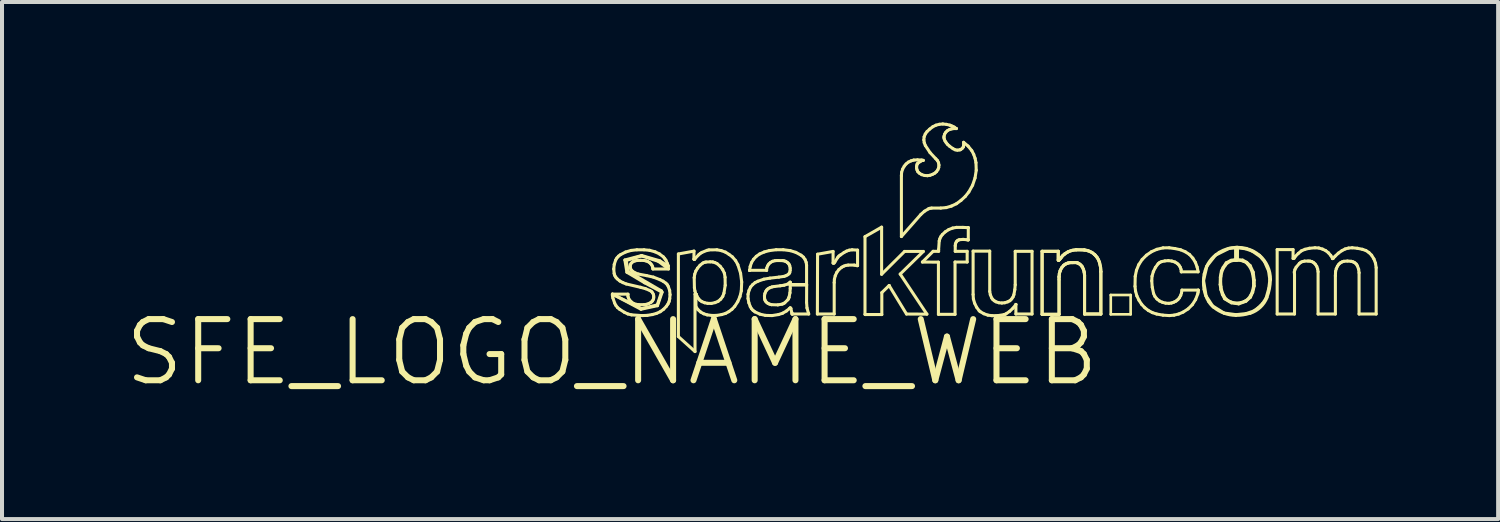
<source format=kicad_pcb>
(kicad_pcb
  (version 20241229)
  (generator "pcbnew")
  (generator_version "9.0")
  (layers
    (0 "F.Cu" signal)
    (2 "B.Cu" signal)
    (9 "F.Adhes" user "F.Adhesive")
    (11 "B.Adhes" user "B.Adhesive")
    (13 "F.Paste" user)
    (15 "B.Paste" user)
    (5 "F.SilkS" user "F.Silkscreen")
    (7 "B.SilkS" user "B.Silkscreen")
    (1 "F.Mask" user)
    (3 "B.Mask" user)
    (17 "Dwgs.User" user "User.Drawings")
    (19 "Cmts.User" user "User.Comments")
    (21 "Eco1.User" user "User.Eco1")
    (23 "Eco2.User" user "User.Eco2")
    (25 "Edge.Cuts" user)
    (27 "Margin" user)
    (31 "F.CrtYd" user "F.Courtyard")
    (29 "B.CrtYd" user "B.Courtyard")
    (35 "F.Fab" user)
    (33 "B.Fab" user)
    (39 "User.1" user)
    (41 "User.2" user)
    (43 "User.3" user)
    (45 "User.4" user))
  (footprint "SFE_LOGO_NAME_WEB"
    (layer "F.Cu")
    (at 12.192 5.725)
    (property "Reference" "SFE_LOGO_NAME_WEB" (at 0 0 0) (layer "F.SilkS") (effects (font (size 1.524 1.524) (thickness 0.15))))
    (attr exclude_from_pos_files exclude_from_bom)
    (fp_line (start 0.013 -1.448) (end 0.013 -1.41) (stroke (width 0.076) (type solid)) (layer "F.SilkS"))
    (fp_line (start 0.013 -1.448) (end 0.724 -1.072) (stroke (width 0.076) (type solid)) (layer "F.SilkS"))
    (fp_line (start 0.013 -1.41) (end 0.025 -1.351) (stroke (width 0.076) (type solid)) (layer "F.SilkS"))
    (fp_line (start 0.025 -1.351) (end 0.069 -1.224) (stroke (width 0.076) (type solid)) (layer "F.SilkS"))
    (fp_line (start 0.046 -2.075) (end 0.056 -1.961) (stroke (width 0.076) (type solid)) (layer "F.SilkS"))
    (fp_line (start 0.056 -1.961) (end 0.071 -1.913) (stroke (width 0.076) (type solid)) (layer "F.SilkS"))
    (fp_line (start 0.058 -2.189) (end 0.046 -2.075) (stroke (width 0.076) (type solid)) (layer "F.SilkS"))
    (fp_line (start 0.069 -1.224) (end 0.099 -1.166) (stroke (width 0.076) (type solid)) (layer "F.SilkS"))
    (fp_line (start 0.071 -1.913) (end 0.097 -1.869) (stroke (width 0.076) (type solid)) (layer "F.SilkS"))
    (fp_line (start 0.094 -2.299) (end 0.058 -2.189) (stroke (width 0.076) (type solid)) (layer "F.SilkS"))
    (fp_line (start 0.097 -1.869) (end 0.132 -1.829) (stroke (width 0.076) (type solid)) (layer "F.SilkS"))
    (fp_line (start 0.099 -1.166) (end 0.14 -1.113) (stroke (width 0.076) (type solid)) (layer "F.SilkS"))
    (fp_line (start 0.124 -2.349) (end 0.094 -2.299) (stroke (width 0.076) (type solid)) (layer "F.SilkS"))
    (fp_line (start 0.132 -1.829) (end 0.198 -1.775) (stroke (width 0.076) (type solid)) (layer "F.SilkS"))
    (fp_line (start 0.14 -1.113) (end 0.191 -1.072) (stroke (width 0.076) (type solid)) (layer "F.SilkS"))
    (fp_line (start 0.165 -2.395) (end 0.124 -2.349) (stroke (width 0.076) (type solid)) (layer "F.SilkS"))
    (fp_line (start 0.191 -1.072) (end 0.31 -0.996) (stroke (width 0.076) (type solid)) (layer "F.SilkS"))
    (fp_line (start 0.198 -1.775) (end 0.274 -1.735) (stroke (width 0.076) (type solid)) (layer "F.SilkS"))
    (fp_line (start 0.213 -2.431) (end 0.165 -2.395) (stroke (width 0.076) (type solid)) (layer "F.SilkS"))
    (fp_line (start 0.274 -1.735) (end 0.356 -1.702) (stroke (width 0.076) (type solid)) (layer "F.SilkS"))
    (fp_line (start 0.31 -0.996) (end 0.396 -0.955) (stroke (width 0.076) (type solid)) (layer "F.SilkS"))
    (fp_line (start 0.323 -2.299) (end 0.373 -1.994) (stroke (width 0.076) (type solid)) (layer "F.SilkS"))
    (fp_line (start 0.34 -2.497) (end 0.213 -2.431) (stroke (width 0.076) (type solid)) (layer "F.SilkS"))
    (fp_line (start 0.356 -2.286) (end 0.737 -2.4) (stroke (width 0.076) (type solid)) (layer "F.SilkS"))
    (fp_line (start 0.356 -1.702) (end 0.716 -1.618) (stroke (width 0.076) (type solid)) (layer "F.SilkS"))
    (fp_line (start 0.373 -1.994) (end 0.813 -1.732) (stroke (width 0.076) (type solid)) (layer "F.SilkS"))
    (fp_line (start 0.396 -0.955) (end 0.488 -0.932) (stroke (width 0.076) (type solid)) (layer "F.SilkS"))
    (fp_line (start 0.399 -1.448) (end 0.013 -1.448) (stroke (width 0.076) (type solid)) (layer "F.SilkS"))
    (fp_line (start 0.399 -1.44) (end 0.399 -1.448) (stroke (width 0.076) (type solid)) (layer "F.SilkS"))
    (fp_line (start 0.401 -1.389) (end 0.399 -1.44) (stroke (width 0.076) (type solid)) (layer "F.SilkS"))
    (fp_line (start 0.406 -2.012) (end 0.356 -2.286) (stroke (width 0.076) (type solid)) (layer "F.SilkS"))
    (fp_line (start 0.417 -1.341) (end 0.401 -1.389) (stroke (width 0.076) (type solid)) (layer "F.SilkS"))
    (fp_line (start 0.445 -1.295) (end 0.417 -1.341) (stroke (width 0.076) (type solid)) (layer "F.SilkS"))
    (fp_line (start 0.455 -2.134) (end 0.46 -2.174) (stroke (width 0.076) (type solid)) (layer "F.SilkS"))
    (fp_line (start 0.46 -2.174) (end 0.475 -2.21) (stroke (width 0.076) (type solid)) (layer "F.SilkS"))
    (fp_line (start 0.462 -2.093) (end 0.455 -2.134) (stroke (width 0.076) (type solid)) (layer "F.SilkS"))
    (fp_line (start 0.475 -2.21) (end 0.503 -2.24) (stroke (width 0.076) (type solid)) (layer "F.SilkS"))
    (fp_line (start 0.478 -2.537) (end 0.34 -2.497) (stroke (width 0.076) (type solid)) (layer "F.SilkS"))
    (fp_line (start 0.48 -2.052) (end 0.462 -2.093) (stroke (width 0.076) (type solid)) (layer "F.SilkS"))
    (fp_line (start 0.488 -0.932) (end 0.747 -0.914) (stroke (width 0.076) (type solid)) (layer "F.SilkS"))
    (fp_line (start 0.49 -1.25) (end 0.445 -1.295) (stroke (width 0.076) (type solid)) (layer "F.SilkS"))
    (fp_line (start 0.503 -2.24) (end 0.533 -2.261) (stroke (width 0.076) (type solid)) (layer "F.SilkS"))
    (fp_line (start 0.513 -2.019) (end 0.48 -2.052) (stroke (width 0.076) (type solid)) (layer "F.SilkS"))
    (fp_line (start 0.533 -2.261) (end 0.579 -2.278) (stroke (width 0.076) (type solid)) (layer "F.SilkS"))
    (fp_line (start 0.544 -1.214) (end 0.49 -1.25) (stroke (width 0.076) (type solid)) (layer "F.SilkS"))
    (fp_line (start 0.579 -2.278) (end 0.627 -2.286) (stroke (width 0.076) (type solid)) (layer "F.SilkS"))
    (fp_line (start 0.582 -1.976) (end 0.513 -2.019) (stroke (width 0.076) (type solid)) (layer "F.SilkS"))
    (fp_line (start 0.607 -1.194) (end 0.544 -1.214) (stroke (width 0.076) (type solid)) (layer "F.SilkS"))
    (fp_line (start 0.622 -2.553) (end 0.478 -2.537) (stroke (width 0.076) (type solid)) (layer "F.SilkS"))
    (fp_line (start 0.627 -2.286) (end 0.714 -2.291) (stroke (width 0.076) (type solid)) (layer "F.SilkS"))
    (fp_line (start 0.66 -1.948) (end 0.582 -1.976) (stroke (width 0.076) (type solid)) (layer "F.SilkS"))
    (fp_line (start 0.665 -1.186) (end 0.607 -1.194) (stroke (width 0.076) (type solid)) (layer "F.SilkS"))
    (fp_line (start 0.714 -2.291) (end 0.8 -2.286) (stroke (width 0.076) (type solid)) (layer "F.SilkS"))
    (fp_line (start 0.716 -1.618) (end 0.836 -1.585) (stroke (width 0.076) (type solid)) (layer "F.SilkS"))
    (fp_line (start 0.724 -1.072) (end 1.135 -1.161) (stroke (width 0.076) (type solid)) (layer "F.SilkS"))
    (fp_line (start 0.737 -2.4) (end 1.156 -2.266) (stroke (width 0.076) (type solid)) (layer "F.SilkS"))
    (fp_line (start 0.737 -1.09) (end 0.013 -1.448) (stroke (width 0.076) (type solid)) (layer "F.SilkS"))
    (fp_line (start 0.742 -2.41) (end 0.323 -2.299) (stroke (width 0.076) (type solid)) (layer "F.SilkS"))
    (fp_line (start 0.747 -0.914) (end 0.879 -0.919) (stroke (width 0.076) (type solid)) (layer "F.SilkS"))
    (fp_line (start 0.8 -2.553) (end 0.622 -2.553) (stroke (width 0.076) (type solid)) (layer "F.SilkS"))
    (fp_line (start 0.8 -2.286) (end 0.851 -2.276) (stroke (width 0.076) (type solid)) (layer "F.SilkS"))
    (fp_line (start 0.8 -1.186) (end 0.665 -1.186) (stroke (width 0.076) (type solid)) (layer "F.SilkS"))
    (fp_line (start 0.813 -1.732) (end 1.237 -1.504) (stroke (width 0.076) (type solid)) (layer "F.SilkS"))
    (fp_line (start 0.836 -1.585) (end 0.95 -1.537) (stroke (width 0.076) (type solid)) (layer "F.SilkS"))
    (fp_line (start 0.851 -2.276) (end 0.899 -2.258) (stroke (width 0.076) (type solid)) (layer "F.SilkS"))
    (fp_line (start 0.861 -1.194) (end 0.8 -1.186) (stroke (width 0.076) (type solid)) (layer "F.SilkS"))
    (fp_line (start 0.864 -1.91) (end 0.66 -1.948) (stroke (width 0.076) (type solid)) (layer "F.SilkS"))
    (fp_line (start 0.879 -0.919) (end 1.008 -0.94) (stroke (width 0.076) (type solid)) (layer "F.SilkS"))
    (fp_line (start 0.899 -2.258) (end 0.945 -2.228) (stroke (width 0.076) (type solid)) (layer "F.SilkS"))
    (fp_line (start 0.919 -1.214) (end 0.861 -1.194) (stroke (width 0.076) (type solid)) (layer "F.SilkS"))
    (fp_line (start 0.94 -2.54) (end 0.8 -2.553) (stroke (width 0.076) (type solid)) (layer "F.SilkS"))
    (fp_line (start 0.945 -2.228) (end 0.973 -2.2) (stroke (width 0.076) (type solid)) (layer "F.SilkS"))
    (fp_line (start 0.95 -1.537) (end 0.986 -1.514) (stroke (width 0.076) (type solid)) (layer "F.SilkS"))
    (fp_line (start 0.973 -2.2) (end 0.996 -2.167) (stroke (width 0.076) (type solid)) (layer "F.SilkS"))
    (fp_line (start 0.975 -1.245) (end 0.919 -1.214) (stroke (width 0.076) (type solid)) (layer "F.SilkS"))
    (fp_line (start 0.986 -1.514) (end 1.013 -1.481) (stroke (width 0.076) (type solid)) (layer "F.SilkS"))
    (fp_line (start 0.996 -2.167) (end 1.013 -2.131) (stroke (width 0.076) (type solid)) (layer "F.SilkS"))
    (fp_line (start 1.006 -1.275) (end 0.975 -1.245) (stroke (width 0.076) (type solid)) (layer "F.SilkS"))
    (fp_line (start 1.008 -0.94) (end 1.11 -0.968) (stroke (width 0.076) (type solid)) (layer "F.SilkS"))
    (fp_line (start 1.013 -2.131) (end 1.019 -2.103) (stroke (width 0.076) (type solid)) (layer "F.SilkS"))
    (fp_line (start 1.013 -1.481) (end 1.034 -1.44) (stroke (width 0.076) (type solid)) (layer "F.SilkS"))
    (fp_line (start 1.019 -2.103) (end 1.021 -2.075) (stroke (width 0.076) (type solid)) (layer "F.SilkS"))
    (fp_line (start 1.021 -2.075) (end 1.41 -2.075) (stroke (width 0.076) (type solid)) (layer "F.SilkS"))
    (fp_line (start 1.029 -1.313) (end 1.006 -1.275) (stroke (width 0.076) (type solid)) (layer "F.SilkS"))
    (fp_line (start 1.034 -1.872) (end 0.864 -1.91) (stroke (width 0.076) (type solid)) (layer "F.SilkS"))
    (fp_line (start 1.034 -1.44) (end 1.041 -1.4) (stroke (width 0.076) (type solid)) (layer "F.SilkS"))
    (fp_line (start 1.041 -1.4) (end 1.041 -1.356) (stroke (width 0.076) (type solid)) (layer "F.SilkS"))
    (fp_line (start 1.041 -1.356) (end 1.029 -1.313) (stroke (width 0.076) (type solid)) (layer "F.SilkS"))
    (fp_line (start 1.077 -2.502) (end 0.94 -2.54) (stroke (width 0.076) (type solid)) (layer "F.SilkS"))
    (fp_line (start 1.11 -0.968) (end 1.204 -1.011) (stroke (width 0.076) (type solid)) (layer "F.SilkS"))
    (fp_line (start 1.13 -1.179) (end 0.737 -1.09) (stroke (width 0.076) (type solid)) (layer "F.SilkS"))
    (fp_line (start 1.135 -1.161) (end 1.25 -1.496) (stroke (width 0.076) (type solid)) (layer "F.SilkS"))
    (fp_line (start 1.156 -2.266) (end 1.351 -2.121) (stroke (width 0.076) (type solid)) (layer "F.SilkS"))
    (fp_line (start 1.186 -2.449) (end 1.077 -2.502) (stroke (width 0.076) (type solid)) (layer "F.SilkS"))
    (fp_line (start 1.194 -2.278) (end 0.742 -2.41) (stroke (width 0.076) (type solid)) (layer "F.SilkS"))
    (fp_line (start 1.199 -1.808) (end 1.034 -1.872) (stroke (width 0.076) (type solid)) (layer "F.SilkS"))
    (fp_line (start 1.204 -1.011) (end 1.288 -1.072) (stroke (width 0.076) (type solid)) (layer "F.SilkS"))
    (fp_line (start 1.232 -1.529) (end 0.406 -2.012) (stroke (width 0.076) (type solid)) (layer "F.SilkS"))
    (fp_line (start 1.237 -1.504) (end 1.13 -1.179) (stroke (width 0.076) (type solid)) (layer "F.SilkS"))
    (fp_line (start 1.25 -1.496) (end 1.232 -1.529) (stroke (width 0.076) (type solid)) (layer "F.SilkS"))
    (fp_line (start 1.275 -1.77) (end 1.199 -1.808) (stroke (width 0.076) (type solid)) (layer "F.SilkS"))
    (fp_line (start 1.283 -2.375) (end 1.186 -2.449) (stroke (width 0.076) (type solid)) (layer "F.SilkS"))
    (fp_line (start 1.288 -1.072) (end 1.359 -1.148) (stroke (width 0.076) (type solid)) (layer "F.SilkS"))
    (fp_line (start 1.316 -2.334) (end 1.283 -2.375) (stroke (width 0.076) (type solid)) (layer "F.SilkS"))
    (fp_line (start 1.346 -2.291) (end 1.316 -2.334) (stroke (width 0.076) (type solid)) (layer "F.SilkS"))
    (fp_line (start 1.346 -1.72) (end 1.275 -1.77) (stroke (width 0.076) (type solid)) (layer "F.SilkS"))
    (fp_line (start 1.351 -2.121) (end 1.402 -2.156) (stroke (width 0.076) (type solid)) (layer "F.SilkS"))
    (fp_line (start 1.359 -1.148) (end 1.397 -1.204) (stroke (width 0.076) (type solid)) (layer "F.SilkS"))
    (fp_line (start 1.379 -1.684) (end 1.346 -1.72) (stroke (width 0.076) (type solid)) (layer "F.SilkS"))
    (fp_line (start 1.382 -2.21) (end 1.346 -2.291) (stroke (width 0.076) (type solid)) (layer "F.SilkS"))
    (fp_line (start 1.397 -1.204) (end 1.425 -1.265) (stroke (width 0.076) (type solid)) (layer "F.SilkS"))
    (fp_line (start 1.402 -2.156) (end 1.382 -2.21) (stroke (width 0.076) (type solid)) (layer "F.SilkS"))
    (fp_line (start 1.402 -2.146) (end 1.194 -2.278) (stroke (width 0.076) (type solid)) (layer "F.SilkS"))
    (fp_line (start 1.402 -1.643) (end 1.379 -1.684) (stroke (width 0.076) (type solid)) (layer "F.SilkS"))
    (fp_line (start 1.41 -2.075) (end 1.402 -2.146) (stroke (width 0.076) (type solid)) (layer "F.SilkS"))
    (fp_line (start 1.425 -1.265) (end 1.44 -1.333) (stroke (width 0.076) (type solid)) (layer "F.SilkS"))
    (fp_line (start 1.438 -1.542) (end 1.402 -1.643) (stroke (width 0.076) (type solid)) (layer "F.SilkS"))
    (fp_line (start 1.44 -1.333) (end 1.448 -1.435) (stroke (width 0.076) (type solid)) (layer "F.SilkS"))
    (fp_line (start 1.448 -1.435) (end 1.438 -1.542) (stroke (width 0.076) (type solid)) (layer "F.SilkS"))
    (fp_line (start 1.656 -2.449) (end 2.045 -2.52) (stroke (width 0.076) (type solid)) (layer "F.SilkS"))
    (fp_line (start 1.656 -0.391) (end 1.656 -2.449) (stroke (width 0.076) (type solid)) (layer "F.SilkS"))
    (fp_line (start 2.042 -2.322) (end 2.05 -2.311) (stroke (width 0.076) (type solid)) (layer "F.SilkS"))
    (fp_line (start 2.045 -2.52) (end 2.042 -2.322) (stroke (width 0.076) (type solid)) (layer "F.SilkS"))
    (fp_line (start 2.05 -2.311) (end 2.055 -2.311) (stroke (width 0.076) (type solid)) (layer "F.SilkS"))
    (fp_line (start 2.05 -1.859) (end 2.055 -1.605) (stroke (width 0.076) (type solid)) (layer "F.SilkS"))
    (fp_line (start 2.055 -2.311) (end 2.075 -2.337) (stroke (width 0.076) (type solid)) (layer "F.SilkS"))
    (fp_line (start 2.055 -1.605) (end 2.068 -1.524) (stroke (width 0.076) (type solid)) (layer "F.SilkS"))
    (fp_line (start 2.062 -1.943) (end 2.05 -1.859) (stroke (width 0.076) (type solid)) (layer "F.SilkS"))
    (fp_line (start 2.068 -1.524) (end 2.088 -1.458) (stroke (width 0.076) (type solid)) (layer "F.SilkS"))
    (fp_line (start 2.07 -1.448) (end 2.07 -0.018) (stroke (width 0.076) (type solid)) (layer "F.SilkS"))
    (fp_line (start 2.07 -0.018) (end 1.656 -0.391) (stroke (width 0.076) (type solid)) (layer "F.SilkS"))
    (fp_line (start 2.075 -2.337) (end 2.164 -2.431) (stroke (width 0.076) (type solid)) (layer "F.SilkS"))
    (fp_line (start 2.083 -1.448) (end 2.07 -1.448) (stroke (width 0.076) (type solid)) (layer "F.SilkS"))
    (fp_line (start 2.085 -1.448) (end 2.083 -1.448) (stroke (width 0.076) (type solid)) (layer "F.SilkS"))
    (fp_line (start 2.088 -1.458) (end 2.09 -1.453) (stroke (width 0.076) (type solid)) (layer "F.SilkS"))
    (fp_line (start 2.088 -1.45) (end 2.085 -1.448) (stroke (width 0.076) (type solid)) (layer "F.SilkS"))
    (fp_line (start 2.09 -2.024) (end 2.062 -1.943) (stroke (width 0.076) (type solid)) (layer "F.SilkS"))
    (fp_line (start 2.09 -1.453) (end 2.088 -1.45) (stroke (width 0.076) (type solid)) (layer "F.SilkS"))
    (fp_line (start 2.093 -1.433) (end 2.101 -1.44) (stroke (width 0.076) (type solid)) (layer "F.SilkS"))
    (fp_line (start 2.093 -1.135) (end 2.093 -1.433) (stroke (width 0.076) (type solid)) (layer "F.SilkS"))
    (fp_line (start 2.101 -1.44) (end 2.101 -1.435) (stroke (width 0.076) (type solid)) (layer "F.SilkS"))
    (fp_line (start 2.101 -1.435) (end 2.101 -1.425) (stroke (width 0.076) (type solid)) (layer "F.SilkS"))
    (fp_line (start 2.101 -1.425) (end 2.108 -1.415) (stroke (width 0.076) (type solid)) (layer "F.SilkS"))
    (fp_line (start 2.108 -1.415) (end 2.113 -1.41) (stroke (width 0.076) (type solid)) (layer "F.SilkS"))
    (fp_line (start 2.113 -1.41) (end 2.144 -1.351) (stroke (width 0.076) (type solid)) (layer "F.SilkS"))
    (fp_line (start 2.134 -2.095) (end 2.09 -2.024) (stroke (width 0.076) (type solid)) (layer "F.SilkS"))
    (fp_line (start 2.144 -1.351) (end 2.187 -1.3) (stroke (width 0.076) (type solid)) (layer "F.SilkS"))
    (fp_line (start 2.144 -1.062) (end 2.093 -1.135) (stroke (width 0.076) (type solid)) (layer "F.SilkS"))
    (fp_line (start 2.164 -2.431) (end 2.2 -2.461) (stroke (width 0.076) (type solid)) (layer "F.SilkS"))
    (fp_line (start 2.187 -1.3) (end 2.24 -1.262) (stroke (width 0.076) (type solid)) (layer "F.SilkS"))
    (fp_line (start 2.195 -2.167) (end 2.134 -2.095) (stroke (width 0.076) (type solid)) (layer "F.SilkS"))
    (fp_line (start 2.2 -2.461) (end 2.24 -2.487) (stroke (width 0.076) (type solid)) (layer "F.SilkS"))
    (fp_line (start 2.21 -1.003) (end 2.144 -1.062) (stroke (width 0.076) (type solid)) (layer "F.SilkS"))
    (fp_line (start 2.24 -2.487) (end 2.372 -2.54) (stroke (width 0.076) (type solid)) (layer "F.SilkS"))
    (fp_line (start 2.24 -1.262) (end 2.309 -1.234) (stroke (width 0.076) (type solid)) (layer "F.SilkS"))
    (fp_line (start 2.266 -2.223) (end 2.195 -2.167) (stroke (width 0.076) (type solid)) (layer "F.SilkS"))
    (fp_line (start 2.286 -0.96) (end 2.21 -1.003) (stroke (width 0.076) (type solid)) (layer "F.SilkS"))
    (fp_line (start 2.304 -2.24) (end 2.266 -2.223) (stroke (width 0.076) (type solid)) (layer "F.SilkS"))
    (fp_line (start 2.309 -1.234) (end 2.385 -1.219) (stroke (width 0.076) (type solid)) (layer "F.SilkS"))
    (fp_line (start 2.342 -2.248) (end 2.304 -2.24) (stroke (width 0.076) (type solid)) (layer "F.SilkS"))
    (fp_line (start 2.372 -2.54) (end 2.418 -2.55) (stroke (width 0.076) (type solid)) (layer "F.SilkS"))
    (fp_line (start 2.372 -0.932) (end 2.286 -0.96) (stroke (width 0.076) (type solid)) (layer "F.SilkS"))
    (fp_line (start 2.385 -1.219) (end 2.477 -1.217) (stroke (width 0.076) (type solid)) (layer "F.SilkS"))
    (fp_line (start 2.418 -2.55) (end 2.616 -2.553) (stroke (width 0.076) (type solid)) (layer "F.SilkS"))
    (fp_line (start 2.451 -2.253) (end 2.342 -2.248) (stroke (width 0.076) (type solid)) (layer "F.SilkS"))
    (fp_line (start 2.477 -1.217) (end 2.57 -1.237) (stroke (width 0.076) (type solid)) (layer "F.SilkS"))
    (fp_line (start 2.492 -0.917) (end 2.372 -0.932) (stroke (width 0.076) (type solid)) (layer "F.SilkS"))
    (fp_line (start 2.512 -2.25) (end 2.451 -2.253) (stroke (width 0.076) (type solid)) (layer "F.SilkS"))
    (fp_line (start 2.568 -2.233) (end 2.512 -2.25) (stroke (width 0.076) (type solid)) (layer "F.SilkS"))
    (fp_line (start 2.57 -1.237) (end 2.647 -1.27) (stroke (width 0.076) (type solid)) (layer "F.SilkS"))
    (fp_line (start 2.616 -2.553) (end 2.725 -2.532) (stroke (width 0.076) (type solid)) (layer "F.SilkS"))
    (fp_line (start 2.616 -0.919) (end 2.492 -0.917) (stroke (width 0.076) (type solid)) (layer "F.SilkS"))
    (fp_line (start 2.621 -2.207) (end 2.568 -2.233) (stroke (width 0.076) (type solid)) (layer "F.SilkS"))
    (fp_line (start 2.647 -1.27) (end 2.71 -1.323) (stroke (width 0.076) (type solid)) (layer "F.SilkS"))
    (fp_line (start 2.697 -2.141) (end 2.621 -2.207) (stroke (width 0.076) (type solid)) (layer "F.SilkS"))
    (fp_line (start 2.71 -1.323) (end 2.761 -1.392) (stroke (width 0.076) (type solid)) (layer "F.SilkS"))
    (fp_line (start 2.725 -2.532) (end 2.83 -2.494) (stroke (width 0.076) (type solid)) (layer "F.SilkS"))
    (fp_line (start 2.736 -0.94) (end 2.616 -0.919) (stroke (width 0.076) (type solid)) (layer "F.SilkS"))
    (fp_line (start 2.758 -2.06) (end 2.697 -2.141) (stroke (width 0.076) (type solid)) (layer "F.SilkS"))
    (fp_line (start 2.761 -1.392) (end 2.791 -1.473) (stroke (width 0.076) (type solid)) (layer "F.SilkS"))
    (fp_line (start 2.791 -1.473) (end 2.822 -1.669) (stroke (width 0.076) (type solid)) (layer "F.SilkS"))
    (fp_line (start 2.802 -1.968) (end 2.758 -2.06) (stroke (width 0.076) (type solid)) (layer "F.SilkS"))
    (fp_line (start 2.819 -1.867) (end 2.802 -1.968) (stroke (width 0.076) (type solid)) (layer "F.SilkS"))
    (fp_line (start 2.822 -1.669) (end 2.819 -1.867) (stroke (width 0.076) (type solid)) (layer "F.SilkS"))
    (fp_line (start 2.83 -2.494) (end 2.918 -2.438) (stroke (width 0.076) (type solid)) (layer "F.SilkS"))
    (fp_line (start 2.83 -0.968) (end 2.736 -0.94) (stroke (width 0.076) (type solid)) (layer "F.SilkS"))
    (fp_line (start 2.913 -1.013) (end 2.83 -0.968) (stroke (width 0.076) (type solid)) (layer "F.SilkS"))
    (fp_line (start 2.918 -2.438) (end 3.002 -2.375) (stroke (width 0.076) (type solid)) (layer "F.SilkS"))
    (fp_line (start 2.992 -1.072) (end 2.913 -1.013) (stroke (width 0.076) (type solid)) (layer "F.SilkS"))
    (fp_line (start 3.002 -2.375) (end 3.081 -2.283) (stroke (width 0.076) (type solid)) (layer "F.SilkS"))
    (fp_line (start 3.058 -1.143) (end 2.992 -1.072) (stroke (width 0.076) (type solid)) (layer "F.SilkS"))
    (fp_line (start 3.081 -2.283) (end 3.137 -2.182) (stroke (width 0.076) (type solid)) (layer "F.SilkS"))
    (fp_line (start 3.134 -1.26) (end 3.058 -1.143) (stroke (width 0.076) (type solid)) (layer "F.SilkS"))
    (fp_line (start 3.137 -2.182) (end 3.205 -1.968) (stroke (width 0.076) (type solid)) (layer "F.SilkS"))
    (fp_line (start 3.19 -1.389) (end 3.134 -1.26) (stroke (width 0.076) (type solid)) (layer "F.SilkS"))
    (fp_line (start 3.205 -1.968) (end 3.233 -1.75) (stroke (width 0.076) (type solid)) (layer "F.SilkS"))
    (fp_line (start 3.223 -1.529) (end 3.19 -1.389) (stroke (width 0.076) (type solid)) (layer "F.SilkS"))
    (fp_line (start 3.233 -1.75) (end 3.223 -1.529) (stroke (width 0.076) (type solid)) (layer "F.SilkS"))
    (fp_line (start 3.391 -1.445) (end 3.391 -1.339) (stroke (width 0.076) (type solid)) (layer "F.SilkS"))
    (fp_line (start 3.391 -1.339) (end 3.411 -1.234) (stroke (width 0.076) (type solid)) (layer "F.SilkS"))
    (fp_line (start 3.411 -1.234) (end 3.447 -1.135) (stroke (width 0.076) (type solid)) (layer "F.SilkS"))
    (fp_line (start 3.414 -1.539) (end 3.391 -1.445) (stroke (width 0.076) (type solid)) (layer "F.SilkS"))
    (fp_line (start 3.429 -2.042) (end 3.853 -2.042) (stroke (width 0.076) (type solid)) (layer "F.SilkS"))
    (fp_line (start 3.429 -2.037) (end 3.429 -2.042) (stroke (width 0.076) (type solid)) (layer "F.SilkS"))
    (fp_line (start 3.444 -2.136) (end 3.429 -2.037) (stroke (width 0.076) (type solid)) (layer "F.SilkS"))
    (fp_line (start 3.447 -1.135) (end 3.477 -1.085) (stroke (width 0.076) (type solid)) (layer "F.SilkS"))
    (fp_line (start 3.454 -1.626) (end 3.414 -1.539) (stroke (width 0.076) (type solid)) (layer "F.SilkS"))
    (fp_line (start 3.477 -2.233) (end 3.444 -2.136) (stroke (width 0.076) (type solid)) (layer "F.SilkS"))
    (fp_line (start 3.477 -1.085) (end 3.515 -1.044) (stroke (width 0.076) (type solid)) (layer "F.SilkS"))
    (fp_line (start 3.505 -1.684) (end 3.454 -1.626) (stroke (width 0.076) (type solid)) (layer "F.SilkS"))
    (fp_line (start 3.515 -1.044) (end 3.561 -1.008) (stroke (width 0.076) (type solid)) (layer "F.SilkS"))
    (fp_line (start 3.528 -2.316) (end 3.477 -2.233) (stroke (width 0.076) (type solid)) (layer "F.SilkS"))
    (fp_line (start 3.561 -1.008) (end 3.686 -0.95) (stroke (width 0.076) (type solid)) (layer "F.SilkS"))
    (fp_line (start 3.566 -1.735) (end 3.505 -1.684) (stroke (width 0.076) (type solid)) (layer "F.SilkS"))
    (fp_line (start 3.597 -2.39) (end 3.528 -2.316) (stroke (width 0.076) (type solid)) (layer "F.SilkS"))
    (fp_line (start 3.637 -1.77) (end 3.566 -1.735) (stroke (width 0.076) (type solid)) (layer "F.SilkS"))
    (fp_line (start 3.68 -2.449) (end 3.597 -2.39) (stroke (width 0.076) (type solid)) (layer "F.SilkS"))
    (fp_line (start 3.686 -0.95) (end 3.823 -0.919) (stroke (width 0.076) (type solid)) (layer "F.SilkS"))
    (fp_line (start 3.785 -1.821) (end 3.637 -1.77) (stroke (width 0.076) (type solid)) (layer "F.SilkS"))
    (fp_line (start 3.795 -2.499) (end 3.68 -2.449) (stroke (width 0.076) (type solid)) (layer "F.SilkS"))
    (fp_line (start 3.8 -1.405) (end 3.81 -1.463) (stroke (width 0.076) (type solid)) (layer "F.SilkS"))
    (fp_line (start 3.802 -1.344) (end 3.8 -1.405) (stroke (width 0.076) (type solid)) (layer "F.SilkS"))
    (fp_line (start 3.81 -1.463) (end 3.835 -1.521) (stroke (width 0.076) (type solid)) (layer "F.SilkS"))
    (fp_line (start 3.81 -1.308) (end 3.802 -1.344) (stroke (width 0.076) (type solid)) (layer "F.SilkS"))
    (fp_line (start 3.823 -1.278) (end 3.81 -1.308) (stroke (width 0.076) (type solid)) (layer "F.SilkS"))
    (fp_line (start 3.823 -0.919) (end 3.988 -0.914) (stroke (width 0.076) (type solid)) (layer "F.SilkS"))
    (fp_line (start 3.835 -1.521) (end 3.856 -1.552) (stroke (width 0.076) (type solid)) (layer "F.SilkS"))
    (fp_line (start 3.846 -1.25) (end 3.823 -1.278) (stroke (width 0.076) (type solid)) (layer "F.SilkS"))
    (fp_line (start 3.853 -2.045) (end 3.858 -2.101) (stroke (width 0.076) (type solid)) (layer "F.SilkS"))
    (fp_line (start 3.853 -2.042) (end 3.853 -2.045) (stroke (width 0.076) (type solid)) (layer "F.SilkS"))
    (fp_line (start 3.856 -1.552) (end 3.886 -1.58) (stroke (width 0.076) (type solid)) (layer "F.SilkS"))
    (fp_line (start 3.858 -2.101) (end 3.879 -2.154) (stroke (width 0.076) (type solid)) (layer "F.SilkS"))
    (fp_line (start 3.879 -2.154) (end 3.909 -2.2) (stroke (width 0.076) (type solid)) (layer "F.SilkS"))
    (fp_line (start 3.884 -1.219) (end 3.846 -1.25) (stroke (width 0.076) (type solid)) (layer "F.SilkS"))
    (fp_line (start 3.886 -1.58) (end 3.934 -1.608) (stroke (width 0.076) (type solid)) (layer "F.SilkS"))
    (fp_line (start 3.909 -2.2) (end 3.95 -2.238) (stroke (width 0.076) (type solid)) (layer "F.SilkS"))
    (fp_line (start 3.917 -2.532) (end 3.795 -2.499) (stroke (width 0.076) (type solid)) (layer "F.SilkS"))
    (fp_line (start 3.927 -1.199) (end 3.884 -1.219) (stroke (width 0.076) (type solid)) (layer "F.SilkS"))
    (fp_line (start 3.934 -1.608) (end 3.988 -1.628) (stroke (width 0.076) (type solid)) (layer "F.SilkS"))
    (fp_line (start 3.937 -1.847) (end 3.785 -1.821) (stroke (width 0.076) (type solid)) (layer "F.SilkS"))
    (fp_line (start 3.95 -2.238) (end 4 -2.266) (stroke (width 0.076) (type solid)) (layer "F.SilkS"))
    (fp_line (start 3.975 -1.186) (end 3.927 -1.199) (stroke (width 0.076) (type solid)) (layer "F.SilkS"))
    (fp_line (start 3.988 -1.628) (end 4.044 -1.638) (stroke (width 0.076) (type solid)) (layer "F.SilkS"))
    (fp_line (start 3.988 -0.914) (end 4.15 -0.94) (stroke (width 0.076) (type solid)) (layer "F.SilkS"))
    (fp_line (start 4 -2.266) (end 4.059 -2.281) (stroke (width 0.076) (type solid)) (layer "F.SilkS"))
    (fp_line (start 4.044 -1.638) (end 4.191 -1.656) (stroke (width 0.076) (type solid)) (layer "F.SilkS"))
    (fp_line (start 4.059 -2.281) (end 4.12 -2.286) (stroke (width 0.076) (type solid)) (layer "F.SilkS"))
    (fp_line (start 4.092 -2.555) (end 3.917 -2.532) (stroke (width 0.076) (type solid)) (layer "F.SilkS"))
    (fp_line (start 4.12 -2.286) (end 4.255 -2.283) (stroke (width 0.076) (type solid)) (layer "F.SilkS"))
    (fp_line (start 4.133 -1.181) (end 3.975 -1.186) (stroke (width 0.076) (type solid)) (layer "F.SilkS"))
    (fp_line (start 4.15 -0.94) (end 4.252 -0.973) (stroke (width 0.076) (type solid)) (layer "F.SilkS"))
    (fp_line (start 4.158 -1.872) (end 3.937 -1.847) (stroke (width 0.076) (type solid)) (layer "F.SilkS"))
    (fp_line (start 4.191 -1.656) (end 4.29 -1.671) (stroke (width 0.076) (type solid)) (layer "F.SilkS"))
    (fp_line (start 4.239 -1.199) (end 4.133 -1.181) (stroke (width 0.076) (type solid)) (layer "F.SilkS"))
    (fp_line (start 4.252 -0.973) (end 4.348 -1.029) (stroke (width 0.076) (type solid)) (layer "F.SilkS"))
    (fp_line (start 4.255 -2.283) (end 4.295 -2.276) (stroke (width 0.076) (type solid)) (layer "F.SilkS"))
    (fp_line (start 4.267 -2.555) (end 4.092 -2.555) (stroke (width 0.076) (type solid)) (layer "F.SilkS"))
    (fp_line (start 4.272 -1.212) (end 4.239 -1.199) (stroke (width 0.076) (type solid)) (layer "F.SilkS"))
    (fp_line (start 4.29 -1.671) (end 4.387 -1.702) (stroke (width 0.076) (type solid)) (layer "F.SilkS"))
    (fp_line (start 4.293 -1.892) (end 4.158 -1.872) (stroke (width 0.076) (type solid)) (layer "F.SilkS"))
    (fp_line (start 4.295 -2.276) (end 4.331 -2.263) (stroke (width 0.076) (type solid)) (layer "F.SilkS"))
    (fp_line (start 4.305 -1.232) (end 4.272 -1.212) (stroke (width 0.076) (type solid)) (layer "F.SilkS"))
    (fp_line (start 4.331 -2.263) (end 4.366 -2.24) (stroke (width 0.076) (type solid)) (layer "F.SilkS"))
    (fp_line (start 4.341 -1.91) (end 4.293 -1.892) (stroke (width 0.076) (type solid)) (layer "F.SilkS"))
    (fp_line (start 4.348 -1.029) (end 4.43 -1.097) (stroke (width 0.076) (type solid)) (layer "F.SilkS"))
    (fp_line (start 4.366 -2.24) (end 4.392 -2.217) (stroke (width 0.076) (type solid)) (layer "F.SilkS"))
    (fp_line (start 4.379 -1.306) (end 4.305 -1.232) (stroke (width 0.076) (type solid)) (layer "F.SilkS"))
    (fp_line (start 4.387 -1.935) (end 4.341 -1.91) (stroke (width 0.076) (type solid)) (layer "F.SilkS"))
    (fp_line (start 4.387 -1.702) (end 4.407 -1.712) (stroke (width 0.076) (type solid)) (layer "F.SilkS"))
    (fp_line (start 4.392 -2.217) (end 4.415 -2.187) (stroke (width 0.076) (type solid)) (layer "F.SilkS"))
    (fp_line (start 4.397 -1.328) (end 4.379 -1.306) (stroke (width 0.076) (type solid)) (layer "F.SilkS"))
    (fp_line (start 4.407 -1.712) (end 4.422 -1.727) (stroke (width 0.076) (type solid)) (layer "F.SilkS"))
    (fp_line (start 4.407 -1.356) (end 4.397 -1.328) (stroke (width 0.076) (type solid)) (layer "F.SilkS"))
    (fp_line (start 4.412 -1.372) (end 4.407 -1.356) (stroke (width 0.076) (type solid)) (layer "F.SilkS"))
    (fp_line (start 4.415 -2.187) (end 4.43 -2.151) (stroke (width 0.076) (type solid)) (layer "F.SilkS"))
    (fp_line (start 4.417 -1.966) (end 4.387 -1.935) (stroke (width 0.076) (type solid)) (layer "F.SilkS"))
    (fp_line (start 4.422 -1.976) (end 4.417 -1.966) (stroke (width 0.076) (type solid)) (layer "F.SilkS"))
    (fp_line (start 4.422 -1.727) (end 4.437 -1.745) (stroke (width 0.076) (type solid)) (layer "F.SilkS"))
    (fp_line (start 4.43 -2.151) (end 4.44 -2.098) (stroke (width 0.076) (type solid)) (layer "F.SilkS"))
    (fp_line (start 4.43 -1.986) (end 4.422 -1.976) (stroke (width 0.076) (type solid)) (layer "F.SilkS"))
    (fp_line (start 4.43 -1.097) (end 4.437 -1.102) (stroke (width 0.076) (type solid)) (layer "F.SilkS"))
    (fp_line (start 4.435 -1.481) (end 4.412 -1.372) (stroke (width 0.076) (type solid)) (layer "F.SilkS"))
    (fp_line (start 4.437 -1.745) (end 4.442 -1.745) (stroke (width 0.076) (type solid)) (layer "F.SilkS"))
    (fp_line (start 4.437 -1.102) (end 4.442 -1.102) (stroke (width 0.076) (type solid)) (layer "F.SilkS"))
    (fp_line (start 4.44 -2.098) (end 4.44 -2.042) (stroke (width 0.076) (type solid)) (layer "F.SilkS"))
    (fp_line (start 4.44 -2.042) (end 4.43 -1.986) (stroke (width 0.076) (type solid)) (layer "F.SilkS"))
    (fp_line (start 4.442 -2.532) (end 4.267 -2.555) (stroke (width 0.076) (type solid)) (layer "F.SilkS"))
    (fp_line (start 4.442 -1.745) (end 4.442 -1.687) (stroke (width 0.076) (type solid)) (layer "F.SilkS"))
    (fp_line (start 4.442 -1.687) (end 4.849 -1.687) (stroke (width 0.076) (type solid)) (layer "F.SilkS"))
    (fp_line (start 4.442 -1.676) (end 4.442 -1.593) (stroke (width 0.076) (type solid)) (layer "F.SilkS"))
    (fp_line (start 4.442 -1.593) (end 4.435 -1.481) (stroke (width 0.076) (type solid)) (layer "F.SilkS"))
    (fp_line (start 4.442 -1.102) (end 4.45 -1.102) (stroke (width 0.076) (type solid)) (layer "F.SilkS"))
    (fp_line (start 4.45 -1.102) (end 4.453 -1.097) (stroke (width 0.076) (type solid)) (layer "F.SilkS"))
    (fp_line (start 4.453 -1.097) (end 4.458 -1.09) (stroke (width 0.076) (type solid)) (layer "F.SilkS"))
    (fp_line (start 4.458 -1.09) (end 4.481 -0.988) (stroke (width 0.076) (type solid)) (layer "F.SilkS"))
    (fp_line (start 4.481 -0.988) (end 4.488 -0.958) (stroke (width 0.076) (type solid)) (layer "F.SilkS"))
    (fp_line (start 4.488 -0.958) (end 4.488 -0.955) (stroke (width 0.076) (type solid)) (layer "F.SilkS"))
    (fp_line (start 4.488 -0.955) (end 4.493 -0.953) (stroke (width 0.076) (type solid)) (layer "F.SilkS"))
    (fp_line (start 4.493 -0.953) (end 4.496 -0.953) (stroke (width 0.076) (type solid)) (layer "F.SilkS"))
    (fp_line (start 4.496 -0.953) (end 4.902 -0.953) (stroke (width 0.076) (type solid)) (layer "F.SilkS"))
    (fp_line (start 4.582 -2.489) (end 4.442 -2.532) (stroke (width 0.076) (type solid)) (layer "F.SilkS"))
    (fp_line (start 4.712 -2.418) (end 4.582 -2.489) (stroke (width 0.076) (type solid)) (layer "F.SilkS"))
    (fp_line (start 4.77 -2.37) (end 4.712 -2.418) (stroke (width 0.076) (type solid)) (layer "F.SilkS"))
    (fp_line (start 4.811 -2.311) (end 4.77 -2.37) (stroke (width 0.076) (type solid)) (layer "F.SilkS"))
    (fp_line (start 4.839 -2.24) (end 4.811 -2.311) (stroke (width 0.076) (type solid)) (layer "F.SilkS"))
    (fp_line (start 4.849 -2.169) (end 4.839 -2.24) (stroke (width 0.076) (type solid)) (layer "F.SilkS"))
    (fp_line (start 4.849 -1.687) (end 4.849 -2.169) (stroke (width 0.076) (type solid)) (layer "F.SilkS"))
    (fp_line (start 4.849 -1.242) (end 4.851 -1.676) (stroke (width 0.076) (type solid)) (layer "F.SilkS"))
    (fp_line (start 4.851 -1.676) (end 4.442 -1.676) (stroke (width 0.076) (type solid)) (layer "F.SilkS"))
    (fp_line (start 4.859 -1.105) (end 4.849 -1.242) (stroke (width 0.076) (type solid)) (layer "F.SilkS"))
    (fp_line (start 4.895 -0.975) (end 4.859 -1.105) (stroke (width 0.076) (type solid)) (layer "F.SilkS"))
    (fp_line (start 4.902 -0.953) (end 4.895 -0.975) (stroke (width 0.076) (type solid)) (layer "F.SilkS"))
    (fp_line (start 5.118 -0.953) (end 5.123 -2.443) (stroke (width 0.076) (type solid)) (layer "F.SilkS"))
    (fp_line (start 5.123 -2.443) (end 5.509 -2.512) (stroke (width 0.076) (type solid)) (layer "F.SilkS"))
    (fp_line (start 5.509 -2.512) (end 5.509 -2.223) (stroke (width 0.076) (type solid)) (layer "F.SilkS"))
    (fp_line (start 5.509 -2.223) (end 5.517 -2.22) (stroke (width 0.076) (type solid)) (layer "F.SilkS"))
    (fp_line (start 5.517 -2.22) (end 5.535 -2.223) (stroke (width 0.076) (type solid)) (layer "F.SilkS"))
    (fp_line (start 5.535 -2.223) (end 5.555 -2.253) (stroke (width 0.076) (type solid)) (layer "F.SilkS"))
    (fp_line (start 5.537 -1.737) (end 5.537 -0.953) (stroke (width 0.076) (type solid)) (layer "F.SilkS"))
    (fp_line (start 5.537 -0.953) (end 5.118 -0.953) (stroke (width 0.076) (type solid)) (layer "F.SilkS"))
    (fp_line (start 5.542 -1.821) (end 5.537 -1.737) (stroke (width 0.076) (type solid)) (layer "F.SilkS"))
    (fp_line (start 5.555 -2.253) (end 5.624 -2.36) (stroke (width 0.076) (type solid)) (layer "F.SilkS"))
    (fp_line (start 5.563 -1.905) (end 5.542 -1.821) (stroke (width 0.076) (type solid)) (layer "F.SilkS"))
    (fp_line (start 5.601 -1.989) (end 5.563 -1.905) (stroke (width 0.076) (type solid)) (layer "F.SilkS"))
    (fp_line (start 5.624 -2.36) (end 5.654 -2.398) (stroke (width 0.076) (type solid)) (layer "F.SilkS"))
    (fp_line (start 5.654 -2.398) (end 5.695 -2.426) (stroke (width 0.076) (type solid)) (layer "F.SilkS"))
    (fp_line (start 5.654 -2.06) (end 5.601 -1.989) (stroke (width 0.076) (type solid)) (layer "F.SilkS"))
    (fp_line (start 5.695 -2.426) (end 5.784 -2.487) (stroke (width 0.076) (type solid)) (layer "F.SilkS"))
    (fp_line (start 5.725 -2.118) (end 5.654 -2.06) (stroke (width 0.076) (type solid)) (layer "F.SilkS"))
    (fp_line (start 5.773 -2.144) (end 5.725 -2.118) (stroke (width 0.076) (type solid)) (layer "F.SilkS"))
    (fp_line (start 5.784 -2.487) (end 5.845 -2.52) (stroke (width 0.076) (type solid)) (layer "F.SilkS"))
    (fp_line (start 5.827 -2.164) (end 5.773 -2.144) (stroke (width 0.076) (type solid)) (layer "F.SilkS"))
    (fp_line (start 5.845 -2.52) (end 5.911 -2.543) (stroke (width 0.076) (type solid)) (layer "F.SilkS"))
    (fp_line (start 5.885 -2.172) (end 5.827 -2.164) (stroke (width 0.076) (type solid)) (layer "F.SilkS"))
    (fp_line (start 5.911 -2.543) (end 5.982 -2.553) (stroke (width 0.076) (type solid)) (layer "F.SilkS"))
    (fp_line (start 5.982 -2.553) (end 6.119 -2.545) (stroke (width 0.076) (type solid)) (layer "F.SilkS"))
    (fp_line (start 6.038 -2.172) (end 5.885 -2.172) (stroke (width 0.076) (type solid)) (layer "F.SilkS"))
    (fp_line (start 6.101 -2.159) (end 6.038 -2.172) (stroke (width 0.076) (type solid)) (layer "F.SilkS"))
    (fp_line (start 6.114 -2.159) (end 6.101 -2.159) (stroke (width 0.076) (type solid)) (layer "F.SilkS"))
    (fp_line (start 6.119 -2.545) (end 6.119 -2.159) (stroke (width 0.076) (type solid)) (layer "F.SilkS"))
    (fp_line (start 6.119 -2.159) (end 6.114 -2.159) (stroke (width 0.076) (type solid)) (layer "F.SilkS"))
    (fp_line (start 6.304 -2.88) (end 6.718 -3.117) (stroke (width 0.076) (type solid)) (layer "F.SilkS"))
    (fp_line (start 6.304 -0.945) (end 6.304 -2.88) (stroke (width 0.076) (type solid)) (layer "F.SilkS"))
    (fp_line (start 6.312 -0.94) (end 6.304 -0.945) (stroke (width 0.076) (type solid)) (layer "F.SilkS"))
    (fp_line (start 6.718 -3.117) (end 6.718 -1.943) (stroke (width 0.076) (type solid)) (layer "F.SilkS"))
    (fp_line (start 6.718 -1.943) (end 7.29 -2.512) (stroke (width 0.076) (type solid)) (layer "F.SilkS"))
    (fp_line (start 6.723 -1.486) (end 6.723 -0.94) (stroke (width 0.076) (type solid)) (layer "F.SilkS"))
    (fp_line (start 6.723 -0.94) (end 6.312 -0.94) (stroke (width 0.076) (type solid)) (layer "F.SilkS"))
    (fp_line (start 6.906 -1.664) (end 6.723 -1.486) (stroke (width 0.076) (type solid)) (layer "F.SilkS"))
    (fp_line (start 6.909 -1.656) (end 6.906 -1.664) (stroke (width 0.076) (type solid)) (layer "F.SilkS"))
    (fp_line (start 7.181 -1.948) (end 7.846 -0.95) (stroke (width 0.076) (type solid)) (layer "F.SilkS"))
    (fp_line (start 7.211 -4.399) (end 7.211 -2.883) (stroke (width 0.076) (type solid)) (layer "F.SilkS"))
    (fp_line (start 7.211 -2.883) (end 7.696 -3.434) (stroke (width 0.076) (type solid)) (layer "F.SilkS"))
    (fp_line (start 7.216 -4.483) (end 7.211 -4.399) (stroke (width 0.076) (type solid)) (layer "F.SilkS"))
    (fp_line (start 7.242 -4.564) (end 7.216 -4.483) (stroke (width 0.076) (type solid)) (layer "F.SilkS"))
    (fp_line (start 7.282 -4.636) (end 7.242 -4.564) (stroke (width 0.076) (type solid)) (layer "F.SilkS"))
    (fp_line (start 7.29 -2.512) (end 7.757 -2.512) (stroke (width 0.076) (type solid)) (layer "F.SilkS"))
    (fp_line (start 7.328 -4.691) (end 7.282 -4.636) (stroke (width 0.076) (type solid)) (layer "F.SilkS"))
    (fp_line (start 7.338 -0.953) (end 6.909 -1.656) (stroke (width 0.076) (type solid)) (layer "F.SilkS"))
    (fp_line (start 7.384 -4.737) (end 7.328 -4.691) (stroke (width 0.076) (type solid)) (layer "F.SilkS"))
    (fp_line (start 7.45 -4.768) (end 7.384 -4.737) (stroke (width 0.076) (type solid)) (layer "F.SilkS"))
    (fp_line (start 7.518 -4.788) (end 7.45 -4.768) (stroke (width 0.076) (type solid)) (layer "F.SilkS"))
    (fp_line (start 7.59 -4.633) (end 7.6 -4.679) (stroke (width 0.076) (type solid)) (layer "F.SilkS"))
    (fp_line (start 7.59 -4.587) (end 7.59 -4.633) (stroke (width 0.076) (type solid)) (layer "F.SilkS"))
    (fp_line (start 7.6 -4.679) (end 7.607 -4.694) (stroke (width 0.076) (type solid)) (layer "F.SilkS"))
    (fp_line (start 7.6 -4.544) (end 7.59 -4.587) (stroke (width 0.076) (type solid)) (layer "F.SilkS"))
    (fp_line (start 7.607 -4.694) (end 7.62 -4.709) (stroke (width 0.076) (type solid)) (layer "F.SilkS"))
    (fp_line (start 7.612 -4.793) (end 7.518 -4.788) (stroke (width 0.076) (type solid)) (layer "F.SilkS"))
    (fp_line (start 7.62 -4.709) (end 7.706 -4.768) (stroke (width 0.076) (type solid)) (layer "F.SilkS"))
    (fp_line (start 7.62 -4.498) (end 7.6 -4.544) (stroke (width 0.076) (type solid)) (layer "F.SilkS"))
    (fp_line (start 7.656 -4.463) (end 7.62 -4.498) (stroke (width 0.076) (type solid)) (layer "F.SilkS"))
    (fp_line (start 7.696 -3.434) (end 7.785 -3.513) (stroke (width 0.076) (type solid)) (layer "F.SilkS"))
    (fp_line (start 7.706 -4.768) (end 7.722 -4.778) (stroke (width 0.076) (type solid)) (layer "F.SilkS"))
    (fp_line (start 7.709 -4.788) (end 7.612 -4.793) (stroke (width 0.076) (type solid)) (layer "F.SilkS"))
    (fp_line (start 7.717 -4.425) (end 7.656 -4.463) (stroke (width 0.076) (type solid)) (layer "F.SilkS"))
    (fp_line (start 7.722 -4.778) (end 7.739 -4.78) (stroke (width 0.076) (type solid)) (layer "F.SilkS"))
    (fp_line (start 7.734 -2.248) (end 8.001 -2.515) (stroke (width 0.076) (type solid)) (layer "F.SilkS"))
    (fp_line (start 7.739 -4.78) (end 7.757 -4.78) (stroke (width 0.076) (type solid)) (layer "F.SilkS"))
    (fp_line (start 7.757 -4.78) (end 7.709 -4.788) (stroke (width 0.076) (type solid)) (layer "F.SilkS"))
    (fp_line (start 7.757 -2.512) (end 7.181 -1.948) (stroke (width 0.076) (type solid)) (layer "F.SilkS"))
    (fp_line (start 7.77 -5.291) (end 7.78 -5.22) (stroke (width 0.076) (type solid)) (layer "F.SilkS"))
    (fp_line (start 7.777 -5.367) (end 7.77 -5.291) (stroke (width 0.076) (type solid)) (layer "F.SilkS"))
    (fp_line (start 7.78 -5.22) (end 7.808 -5.149) (stroke (width 0.076) (type solid)) (layer "F.SilkS"))
    (fp_line (start 7.785 -3.513) (end 7.887 -3.574) (stroke (width 0.076) (type solid)) (layer "F.SilkS"))
    (fp_line (start 7.788 -4.404) (end 7.717 -4.425) (stroke (width 0.076) (type solid)) (layer "F.SilkS"))
    (fp_line (start 7.805 -5.436) (end 7.777 -5.367) (stroke (width 0.076) (type solid)) (layer "F.SilkS"))
    (fp_line (start 7.808 -5.149) (end 7.925 -4.973) (stroke (width 0.076) (type solid)) (layer "F.SilkS"))
    (fp_line (start 7.846 -0.95) (end 7.338 -0.953) (stroke (width 0.076) (type solid)) (layer "F.SilkS"))
    (fp_line (start 7.849 -5.497) (end 7.805 -5.436) (stroke (width 0.076) (type solid)) (layer "F.SilkS"))
    (fp_line (start 7.861 -4.399) (end 7.788 -4.404) (stroke (width 0.076) (type solid)) (layer "F.SilkS"))
    (fp_line (start 7.887 -3.574) (end 7.922 -3.586) (stroke (width 0.076) (type solid)) (layer "F.SilkS"))
    (fp_line (start 7.917 -5.56) (end 7.849 -5.497) (stroke (width 0.076) (type solid)) (layer "F.SilkS"))
    (fp_line (start 7.922 -3.586) (end 7.963 -3.592) (stroke (width 0.076) (type solid)) (layer "F.SilkS"))
    (fp_line (start 7.925 -4.973) (end 8.07 -4.818) (stroke (width 0.076) (type solid)) (layer "F.SilkS"))
    (fp_line (start 7.925 -4.409) (end 7.861 -4.399) (stroke (width 0.076) (type solid)) (layer "F.SilkS"))
    (fp_line (start 7.963 -3.592) (end 8.191 -3.592) (stroke (width 0.076) (type solid)) (layer "F.SilkS"))
    (fp_line (start 7.986 -4.432) (end 7.925 -4.409) (stroke (width 0.076) (type solid)) (layer "F.SilkS"))
    (fp_line (start 7.993 -5.618) (end 7.917 -5.56) (stroke (width 0.076) (type solid)) (layer "F.SilkS"))
    (fp_line (start 8.001 -2.515) (end 8.138 -2.515) (stroke (width 0.076) (type solid)) (layer "F.SilkS"))
    (fp_line (start 8.044 -4.463) (end 7.986 -4.432) (stroke (width 0.076) (type solid)) (layer "F.SilkS"))
    (fp_line (start 8.07 -4.818) (end 8.11 -4.775) (stroke (width 0.076) (type solid)) (layer "F.SilkS"))
    (fp_line (start 8.072 -5.657) (end 7.993 -5.618) (stroke (width 0.076) (type solid)) (layer "F.SilkS"))
    (fp_line (start 8.087 -4.501) (end 8.044 -4.463) (stroke (width 0.076) (type solid)) (layer "F.SilkS"))
    (fp_line (start 8.11 -4.775) (end 8.136 -4.722) (stroke (width 0.076) (type solid)) (layer "F.SilkS"))
    (fp_line (start 8.12 -4.549) (end 8.087 -4.501) (stroke (width 0.076) (type solid)) (layer "F.SilkS"))
    (fp_line (start 8.133 -2.245) (end 7.734 -2.248) (stroke (width 0.076) (type solid)) (layer "F.SilkS"))
    (fp_line (start 8.133 -0.945) (end 8.133 -2.245) (stroke (width 0.076) (type solid)) (layer "F.SilkS"))
    (fp_line (start 8.136 -4.722) (end 8.146 -4.663) (stroke (width 0.076) (type solid)) (layer "F.SilkS"))
    (fp_line (start 8.138 -2.558) (end 8.153 -2.774) (stroke (width 0.076) (type solid)) (layer "F.SilkS"))
    (fp_line (start 8.138 -2.515) (end 8.138 -2.558) (stroke (width 0.076) (type solid)) (layer "F.SilkS"))
    (fp_line (start 8.141 -4.605) (end 8.12 -4.549) (stroke (width 0.076) (type solid)) (layer "F.SilkS"))
    (fp_line (start 8.146 -4.663) (end 8.141 -4.605) (stroke (width 0.076) (type solid)) (layer "F.SilkS"))
    (fp_line (start 8.153 -2.774) (end 8.169 -2.83) (stroke (width 0.076) (type solid)) (layer "F.SilkS"))
    (fp_line (start 8.156 -5.679) (end 8.072 -5.657) (stroke (width 0.076) (type solid)) (layer "F.SilkS"))
    (fp_line (start 8.169 -2.83) (end 8.194 -2.883) (stroke (width 0.076) (type solid)) (layer "F.SilkS"))
    (fp_line (start 8.191 -3.592) (end 8.326 -3.604) (stroke (width 0.076) (type solid)) (layer "F.SilkS"))
    (fp_line (start 8.194 -2.883) (end 8.23 -2.931) (stroke (width 0.076) (type solid)) (layer "F.SilkS"))
    (fp_line (start 8.23 -2.931) (end 8.303 -3) (stroke (width 0.076) (type solid)) (layer "F.SilkS"))
    (fp_line (start 8.242 -5.687) (end 8.156 -5.679) (stroke (width 0.076) (type solid)) (layer "F.SilkS"))
    (fp_line (start 8.27 -5.347) (end 8.273 -5.382) (stroke (width 0.076) (type solid)) (layer "F.SilkS"))
    (fp_line (start 8.273 -5.382) (end 8.288 -5.436) (stroke (width 0.076) (type solid)) (layer "F.SilkS"))
    (fp_line (start 8.278 -5.314) (end 8.27 -5.347) (stroke (width 0.076) (type solid)) (layer "F.SilkS"))
    (fp_line (start 8.288 -5.436) (end 8.319 -5.484) (stroke (width 0.076) (type solid)) (layer "F.SilkS"))
    (fp_line (start 8.298 -5.263) (end 8.278 -5.314) (stroke (width 0.076) (type solid)) (layer "F.SilkS"))
    (fp_line (start 8.303 -3) (end 8.39 -3.056) (stroke (width 0.076) (type solid)) (layer "F.SilkS"))
    (fp_line (start 8.319 -5.484) (end 8.362 -5.524) (stroke (width 0.076) (type solid)) (layer "F.SilkS"))
    (fp_line (start 8.326 -3.604) (end 8.458 -3.642) (stroke (width 0.076) (type solid)) (layer "F.SilkS"))
    (fp_line (start 8.329 -5.217) (end 8.298 -5.263) (stroke (width 0.076) (type solid)) (layer "F.SilkS"))
    (fp_line (start 8.334 -5.677) (end 8.242 -5.687) (stroke (width 0.076) (type solid)) (layer "F.SilkS"))
    (fp_line (start 8.362 -5.524) (end 8.412 -5.55) (stroke (width 0.076) (type solid)) (layer "F.SilkS"))
    (fp_line (start 8.364 -5.174) (end 8.329 -5.217) (stroke (width 0.076) (type solid)) (layer "F.SilkS"))
    (fp_line (start 8.39 -3.056) (end 8.486 -3.094) (stroke (width 0.076) (type solid)) (layer "F.SilkS"))
    (fp_line (start 8.407 -5.136) (end 8.364 -5.174) (stroke (width 0.076) (type solid)) (layer "F.SilkS"))
    (fp_line (start 8.412 -5.55) (end 8.463 -5.565) (stroke (width 0.076) (type solid)) (layer "F.SilkS"))
    (fp_line (start 8.42 -5.657) (end 8.334 -5.677) (stroke (width 0.076) (type solid)) (layer "F.SilkS"))
    (fp_line (start 8.445 -5.644) (end 8.42 -5.657) (stroke (width 0.076) (type solid)) (layer "F.SilkS"))
    (fp_line (start 8.458 -3.642) (end 8.583 -3.701) (stroke (width 0.076) (type solid)) (layer "F.SilkS"))
    (fp_line (start 8.463 -5.565) (end 8.514 -5.573) (stroke (width 0.076) (type solid)) (layer "F.SilkS"))
    (fp_line (start 8.481 -5.631) (end 8.445 -5.644) (stroke (width 0.076) (type solid)) (layer "F.SilkS"))
    (fp_line (start 8.486 -3.094) (end 8.585 -3.111) (stroke (width 0.076) (type solid)) (layer "F.SilkS"))
    (fp_line (start 8.496 -5.072) (end 8.407 -5.136) (stroke (width 0.076) (type solid)) (layer "F.SilkS"))
    (fp_line (start 8.514 -5.573) (end 8.578 -5.573) (stroke (width 0.076) (type solid)) (layer "F.SilkS"))
    (fp_line (start 8.529 -5.608) (end 8.481 -5.631) (stroke (width 0.076) (type solid)) (layer "F.SilkS"))
    (fp_line (start 8.547 -2.248) (end 8.547 -0.945) (stroke (width 0.076) (type solid)) (layer "F.SilkS"))
    (fp_line (start 8.547 -0.945) (end 8.133 -0.945) (stroke (width 0.076) (type solid)) (layer "F.SilkS"))
    (fp_line (start 8.55 -5.044) (end 8.496 -5.072) (stroke (width 0.076) (type solid)) (layer "F.SilkS"))
    (fp_line (start 8.552 -2.654) (end 8.552 -2.515) (stroke (width 0.076) (type solid)) (layer "F.SilkS"))
    (fp_line (start 8.552 -2.515) (end 8.849 -2.515) (stroke (width 0.076) (type solid)) (layer "F.SilkS"))
    (fp_line (start 8.557 -2.703) (end 8.552 -2.654) (stroke (width 0.076) (type solid)) (layer "F.SilkS"))
    (fp_line (start 8.572 -5.575) (end 8.529 -5.608) (stroke (width 0.076) (type solid)) (layer "F.SilkS"))
    (fp_line (start 8.575 -5.573) (end 8.572 -5.575) (stroke (width 0.076) (type solid)) (layer "F.SilkS"))
    (fp_line (start 8.578 -5.573) (end 8.575 -5.573) (stroke (width 0.076) (type solid)) (layer "F.SilkS"))
    (fp_line (start 8.578 -2.748) (end 8.557 -2.703) (stroke (width 0.076) (type solid)) (layer "F.SilkS"))
    (fp_line (start 8.583 -3.701) (end 8.697 -3.785) (stroke (width 0.076) (type solid)) (layer "F.SilkS"))
    (fp_line (start 8.585 -3.111) (end 8.743 -3.111) (stroke (width 0.076) (type solid)) (layer "F.SilkS"))
    (fp_line (start 8.598 -2.774) (end 8.578 -2.748) (stroke (width 0.076) (type solid)) (layer "F.SilkS"))
    (fp_line (start 8.606 -5.034) (end 8.55 -5.044) (stroke (width 0.076) (type solid)) (layer "F.SilkS"))
    (fp_line (start 8.623 -2.791) (end 8.598 -2.774) (stroke (width 0.076) (type solid)) (layer "F.SilkS"))
    (fp_line (start 8.654 -2.804) (end 8.623 -2.791) (stroke (width 0.076) (type solid)) (layer "F.SilkS"))
    (fp_line (start 8.661 -5.042) (end 8.606 -5.034) (stroke (width 0.076) (type solid)) (layer "F.SilkS"))
    (fp_line (start 8.684 -5.047) (end 8.661 -5.042) (stroke (width 0.076) (type solid)) (layer "F.SilkS"))
    (fp_line (start 8.697 -3.785) (end 8.801 -3.881) (stroke (width 0.076) (type solid)) (layer "F.SilkS"))
    (fp_line (start 8.722 -5.075) (end 8.684 -5.047) (stroke (width 0.076) (type solid)) (layer "F.SilkS"))
    (fp_line (start 8.743 -3.111) (end 8.875 -3.104) (stroke (width 0.076) (type solid)) (layer "F.SilkS"))
    (fp_line (start 8.748 -2.812) (end 8.654 -2.804) (stroke (width 0.076) (type solid)) (layer "F.SilkS"))
    (fp_line (start 8.75 -5.11) (end 8.722 -5.075) (stroke (width 0.076) (type solid)) (layer "F.SilkS"))
    (fp_line (start 8.758 -5.126) (end 8.75 -5.11) (stroke (width 0.076) (type solid)) (layer "F.SilkS"))
    (fp_line (start 8.76 -5.23) (end 8.76 -5.141) (stroke (width 0.076) (type solid)) (layer "F.SilkS"))
    (fp_line (start 8.76 -5.141) (end 8.758 -5.126) (stroke (width 0.076) (type solid)) (layer "F.SilkS"))
    (fp_line (start 8.801 -3.881) (end 8.89 -3.993) (stroke (width 0.076) (type solid)) (layer "F.SilkS"))
    (fp_line (start 8.839 -2.804) (end 8.748 -2.812) (stroke (width 0.076) (type solid)) (layer "F.SilkS"))
    (fp_line (start 8.849 -2.515) (end 8.849 -2.248) (stroke (width 0.076) (type solid)) (layer "F.SilkS"))
    (fp_line (start 8.849 -2.248) (end 8.547 -2.248) (stroke (width 0.076) (type solid)) (layer "F.SilkS"))
    (fp_line (start 8.87 -2.799) (end 8.839 -2.804) (stroke (width 0.076) (type solid)) (layer "F.SilkS"))
    (fp_line (start 8.872 -5.136) (end 8.76 -5.23) (stroke (width 0.076) (type solid)) (layer "F.SilkS"))
    (fp_line (start 8.875 -3.104) (end 8.877 -3.104) (stroke (width 0.076) (type solid)) (layer "F.SilkS"))
    (fp_line (start 8.877 -3.104) (end 8.877 -2.799) (stroke (width 0.076) (type solid)) (layer "F.SilkS"))
    (fp_line (start 8.877 -2.799) (end 8.87 -2.799) (stroke (width 0.076) (type solid)) (layer "F.SilkS"))
    (fp_line (start 8.89 -3.993) (end 8.984 -4.161) (stroke (width 0.076) (type solid)) (layer "F.SilkS"))
    (fp_line (start 8.964 -5.022) (end 8.872 -5.136) (stroke (width 0.076) (type solid)) (layer "F.SilkS"))
    (fp_line (start 8.984 -4.161) (end 9.045 -4.341) (stroke (width 0.076) (type solid)) (layer "F.SilkS"))
    (fp_line (start 8.997 -2.52) (end 8.997 -1.44) (stroke (width 0.076) (type solid)) (layer "F.SilkS"))
    (fp_line (start 8.997 -1.44) (end 9.004 -1.328) (stroke (width 0.076) (type solid)) (layer "F.SilkS"))
    (fp_line (start 9.004 -1.328) (end 9.035 -1.222) (stroke (width 0.076) (type solid)) (layer "F.SilkS"))
    (fp_line (start 9.012 -4.93) (end 8.964 -5.022) (stroke (width 0.076) (type solid)) (layer "F.SilkS"))
    (fp_line (start 9.035 -1.222) (end 9.083 -1.123) (stroke (width 0.076) (type solid)) (layer "F.SilkS"))
    (fp_line (start 9.045 -4.341) (end 9.075 -4.534) (stroke (width 0.076) (type solid)) (layer "F.SilkS"))
    (fp_line (start 9.047 -4.829) (end 9.012 -4.93) (stroke (width 0.076) (type solid)) (layer "F.SilkS"))
    (fp_line (start 9.068 -4.724) (end 9.047 -4.829) (stroke (width 0.076) (type solid)) (layer "F.SilkS"))
    (fp_line (start 9.075 -4.534) (end 9.068 -4.724) (stroke (width 0.076) (type solid)) (layer "F.SilkS"))
    (fp_line (start 9.083 -1.123) (end 9.149 -1.034) (stroke (width 0.076) (type solid)) (layer "F.SilkS"))
    (fp_line (start 9.149 -1.034) (end 9.174 -1.013) (stroke (width 0.076) (type solid)) (layer "F.SilkS"))
    (fp_line (start 9.174 -1.013) (end 9.266 -0.96) (stroke (width 0.076) (type solid)) (layer "F.SilkS"))
    (fp_line (start 9.266 -0.96) (end 9.365 -0.925) (stroke (width 0.076) (type solid)) (layer "F.SilkS"))
    (fp_line (start 9.365 -0.925) (end 9.467 -0.912) (stroke (width 0.076) (type solid)) (layer "F.SilkS"))
    (fp_line (start 9.411 -2.52) (end 8.997 -2.52) (stroke (width 0.076) (type solid)) (layer "F.SilkS"))
    (fp_line (start 9.411 -1.516) (end 9.411 -2.52) (stroke (width 0.076) (type solid)) (layer "F.SilkS"))
    (fp_line (start 9.426 -1.433) (end 9.411 -1.516) (stroke (width 0.076) (type solid)) (layer "F.SilkS"))
    (fp_line (start 9.461 -1.351) (end 9.426 -1.433) (stroke (width 0.076) (type solid)) (layer "F.SilkS"))
    (fp_line (start 9.467 -0.912) (end 9.616 -0.914) (stroke (width 0.076) (type solid)) (layer "F.SilkS"))
    (fp_line (start 9.489 -1.313) (end 9.461 -1.351) (stroke (width 0.076) (type solid)) (layer "F.SilkS"))
    (fp_line (start 9.525 -1.283) (end 9.489 -1.313) (stroke (width 0.076) (type solid)) (layer "F.SilkS"))
    (fp_line (start 9.568 -1.257) (end 9.525 -1.283) (stroke (width 0.076) (type solid)) (layer "F.SilkS"))
    (fp_line (start 9.616 -0.914) (end 9.766 -0.937) (stroke (width 0.076) (type solid)) (layer "F.SilkS"))
    (fp_line (start 9.639 -1.234) (end 9.568 -1.257) (stroke (width 0.076) (type solid)) (layer "F.SilkS"))
    (fp_line (start 9.713 -1.227) (end 9.639 -1.234) (stroke (width 0.076) (type solid)) (layer "F.SilkS"))
    (fp_line (start 9.766 -0.937) (end 9.792 -0.945) (stroke (width 0.076) (type solid)) (layer "F.SilkS"))
    (fp_line (start 9.787 -1.234) (end 9.713 -1.227) (stroke (width 0.076) (type solid)) (layer "F.SilkS"))
    (fp_line (start 9.792 -0.945) (end 9.817 -0.958) (stroke (width 0.076) (type solid)) (layer "F.SilkS"))
    (fp_line (start 9.817 -0.958) (end 9.909 -1.021) (stroke (width 0.076) (type solid)) (layer "F.SilkS"))
    (fp_line (start 9.86 -1.257) (end 9.787 -1.234) (stroke (width 0.076) (type solid)) (layer "F.SilkS"))
    (fp_line (start 9.909 -1.021) (end 9.992 -1.1) (stroke (width 0.076) (type solid)) (layer "F.SilkS"))
    (fp_line (start 9.914 -1.285) (end 9.86 -1.257) (stroke (width 0.076) (type solid)) (layer "F.SilkS"))
    (fp_line (start 9.957 -1.328) (end 9.914 -1.285) (stroke (width 0.076) (type solid)) (layer "F.SilkS"))
    (fp_line (start 9.992 -1.379) (end 9.957 -1.328) (stroke (width 0.076) (type solid)) (layer "F.SilkS"))
    (fp_line (start 9.992 -1.1) (end 10.063 -1.191) (stroke (width 0.076) (type solid)) (layer "F.SilkS"))
    (fp_line (start 10.013 -1.435) (end 9.992 -1.379) (stroke (width 0.076) (type solid)) (layer "F.SilkS"))
    (fp_line (start 10.036 -1.56) (end 10.013 -1.435) (stroke (width 0.076) (type solid)) (layer "F.SilkS"))
    (fp_line (start 10.046 -2.515) (end 10.046 -1.681) (stroke (width 0.076) (type solid)) (layer "F.SilkS"))
    (fp_line (start 10.046 -1.681) (end 10.036 -1.56) (stroke (width 0.076) (type solid)) (layer "F.SilkS"))
    (fp_line (start 10.063 -1.191) (end 10.063 -1.191) (stroke (width 0.076) (type solid)) (layer "F.SilkS"))
    (fp_line (start 10.063 -1.191) (end 10.063 -0.953) (stroke (width 0.076) (type solid)) (layer "F.SilkS"))
    (fp_line (start 10.063 -0.953) (end 10.465 -0.953) (stroke (width 0.076) (type solid)) (layer "F.SilkS"))
    (fp_line (start 10.465 -2.515) (end 10.046 -2.515) (stroke (width 0.076) (type solid)) (layer "F.SilkS"))
    (fp_line (start 10.465 -0.953) (end 10.465 -2.515) (stroke (width 0.076) (type solid)) (layer "F.SilkS"))
    (fp_line (start 10.716 -2.515) (end 11.118 -2.515) (stroke (width 0.076) (type solid)) (layer "F.SilkS"))
    (fp_line (start 10.716 -2.515) (end 11.118 -2.515) (stroke (width 0.076) (type solid)) (layer "F.SilkS"))
    (fp_line (start 10.716 -0.945) (end 10.716 -2.515) (stroke (width 0.076) (type solid)) (layer "F.SilkS"))
    (fp_line (start 10.716 -0.945) (end 10.716 -2.515) (stroke (width 0.076) (type solid)) (layer "F.SilkS"))
    (fp_line (start 11.118 -2.515) (end 11.118 -2.296) (stroke (width 0.076) (type solid)) (layer "F.SilkS"))
    (fp_line (start 11.118 -2.515) (end 11.118 -2.296) (stroke (width 0.076) (type solid)) (layer "F.SilkS"))
    (fp_line (start 11.118 -2.296) (end 11.125 -2.296) (stroke (width 0.076) (type solid)) (layer "F.SilkS"))
    (fp_line (start 11.118 -2.296) (end 11.125 -2.296) (stroke (width 0.076) (type solid)) (layer "F.SilkS"))
    (fp_line (start 11.125 -2.296) (end 11.135 -2.296) (stroke (width 0.076) (type solid)) (layer "F.SilkS"))
    (fp_line (start 11.135 -2.296) (end 11.143 -2.304) (stroke (width 0.076) (type solid)) (layer "F.SilkS"))
    (fp_line (start 11.138 -1.88) (end 11.138 -0.945) (stroke (width 0.076) (type solid)) (layer "F.SilkS"))
    (fp_line (start 11.138 -1.814) (end 11.138 -0.945) (stroke (width 0.076) (type solid)) (layer "F.SilkS"))
    (fp_line (start 11.138 -0.945) (end 10.716 -0.945) (stroke (width 0.076) (type solid)) (layer "F.SilkS"))
    (fp_line (start 11.138 -0.945) (end 10.716 -0.945) (stroke (width 0.076) (type solid)) (layer "F.SilkS"))
    (fp_line (start 11.143 -2.304) (end 11.156 -2.316) (stroke (width 0.076) (type solid)) (layer "F.SilkS"))
    (fp_line (start 11.146 -1.961) (end 11.138 -1.88) (stroke (width 0.076) (type solid)) (layer "F.SilkS"))
    (fp_line (start 11.156 -2.316) (end 11.186 -2.355) (stroke (width 0.076) (type solid)) (layer "F.SilkS"))
    (fp_line (start 11.168 -2.037) (end 11.146 -1.961) (stroke (width 0.076) (type solid)) (layer "F.SilkS"))
    (fp_line (start 11.186 -2.355) (end 11.224 -2.403) (stroke (width 0.076) (type solid)) (layer "F.SilkS"))
    (fp_line (start 11.204 -2.108) (end 11.168 -2.037) (stroke (width 0.076) (type solid)) (layer "F.SilkS"))
    (fp_line (start 11.224 -2.403) (end 11.27 -2.443) (stroke (width 0.076) (type solid)) (layer "F.SilkS"))
    (fp_line (start 11.257 -2.169) (end 11.204 -2.108) (stroke (width 0.076) (type solid)) (layer "F.SilkS"))
    (fp_line (start 11.27 -2.443) (end 11.361 -2.502) (stroke (width 0.076) (type solid)) (layer "F.SilkS"))
    (fp_line (start 11.306 -2.2) (end 11.257 -2.169) (stroke (width 0.076) (type solid)) (layer "F.SilkS"))
    (fp_line (start 11.361 -2.502) (end 11.46 -2.537) (stroke (width 0.076) (type solid)) (layer "F.SilkS"))
    (fp_line (start 11.361 -2.223) (end 11.306 -2.2) (stroke (width 0.076) (type solid)) (layer "F.SilkS"))
    (fp_line (start 11.417 -2.233) (end 11.361 -2.223) (stroke (width 0.076) (type solid)) (layer "F.SilkS"))
    (fp_line (start 11.46 -2.537) (end 11.567 -2.553) (stroke (width 0.076) (type solid)) (layer "F.SilkS"))
    (fp_line (start 11.532 -2.235) (end 11.417 -2.233) (stroke (width 0.076) (type solid)) (layer "F.SilkS"))
    (fp_line (start 11.565 -2.235) (end 11.532 -2.235) (stroke (width 0.076) (type solid)) (layer "F.SilkS"))
    (fp_line (start 11.567 -2.553) (end 11.765 -2.55) (stroke (width 0.076) (type solid)) (layer "F.SilkS"))
    (fp_line (start 11.595 -2.228) (end 11.565 -2.235) (stroke (width 0.076) (type solid)) (layer "F.SilkS"))
    (fp_line (start 11.643 -2.202) (end 11.595 -2.228) (stroke (width 0.076) (type solid)) (layer "F.SilkS"))
    (fp_line (start 11.681 -2.172) (end 11.643 -2.202) (stroke (width 0.076) (type solid)) (layer "F.SilkS"))
    (fp_line (start 11.714 -2.131) (end 11.681 -2.172) (stroke (width 0.076) (type solid)) (layer "F.SilkS"))
    (fp_line (start 11.745 -2.062) (end 11.714 -2.131) (stroke (width 0.076) (type solid)) (layer "F.SilkS"))
    (fp_line (start 11.765 -2.55) (end 11.864 -2.527) (stroke (width 0.076) (type solid)) (layer "F.SilkS"))
    (fp_line (start 11.765 -1.991) (end 11.745 -2.062) (stroke (width 0.076) (type solid)) (layer "F.SilkS"))
    (fp_line (start 11.773 -1.918) (end 11.765 -1.991) (stroke (width 0.076) (type solid)) (layer "F.SilkS"))
    (fp_line (start 11.773 -0.953) (end 11.773 -1.918) (stroke (width 0.076) (type solid)) (layer "F.SilkS"))
    (fp_line (start 11.773 -0.953) (end 11.773 -1.918) (stroke (width 0.076) (type solid)) (layer "F.SilkS"))
    (fp_line (start 11.864 -2.527) (end 11.956 -2.487) (stroke (width 0.076) (type solid)) (layer "F.SilkS"))
    (fp_line (start 11.956 -2.487) (end 12.032 -2.426) (stroke (width 0.076) (type solid)) (layer "F.SilkS"))
    (fp_line (start 12.032 -2.426) (end 12.083 -2.367) (stroke (width 0.076) (type solid)) (layer "F.SilkS"))
    (fp_line (start 12.083 -2.367) (end 12.121 -2.301) (stroke (width 0.076) (type solid)) (layer "F.SilkS"))
    (fp_line (start 12.121 -2.301) (end 12.146 -2.233) (stroke (width 0.076) (type solid)) (layer "F.SilkS"))
    (fp_line (start 12.146 -2.233) (end 12.172 -2.121) (stroke (width 0.076) (type solid)) (layer "F.SilkS"))
    (fp_line (start 12.172 -2.121) (end 12.179 -2.007) (stroke (width 0.076) (type solid)) (layer "F.SilkS"))
    (fp_line (start 12.179 -2.007) (end 12.179 -0.953) (stroke (width 0.076) (type solid)) (layer "F.SilkS"))
    (fp_line (start 12.179 -2.007) (end 12.179 -0.953) (stroke (width 0.076) (type solid)) (layer "F.SilkS"))
    (fp_line (start 12.179 -0.953) (end 11.773 -0.953) (stroke (width 0.076) (type solid)) (layer "F.SilkS"))
    (fp_line (start 12.179 -0.953) (end 11.773 -0.953) (stroke (width 0.076) (type solid)) (layer "F.SilkS"))
    (fp_line (start 12.426 -1.427) (end 12.921 -1.427) (stroke (width 0.066) (type solid)) (layer "F.SilkS"))
    (fp_line (start 12.426 -0.945) (end 12.426 -1.427) (stroke (width 0.066) (type solid)) (layer "F.SilkS"))
    (fp_line (start 12.426 -0.945) (end 12.921 -0.945) (stroke (width 0.066) (type solid)) (layer "F.SilkS"))
    (fp_line (start 12.921 -0.945) (end 12.921 -1.427) (stroke (width 0.066) (type solid)) (layer "F.SilkS"))
    (fp_line (start 13.03 -1.643) (end 13.035 -1.892) (stroke (width 0.076) (type solid)) (layer "F.SilkS"))
    (fp_line (start 13.035 -1.892) (end 13.066 -2.042) (stroke (width 0.076) (type solid)) (layer "F.SilkS"))
    (fp_line (start 13.043 -1.524) (end 13.03 -1.643) (stroke (width 0.076) (type solid)) (layer "F.SilkS"))
    (fp_line (start 13.066 -2.042) (end 13.124 -2.184) (stroke (width 0.076) (type solid)) (layer "F.SilkS"))
    (fp_line (start 13.076 -1.405) (end 13.043 -1.524) (stroke (width 0.076) (type solid)) (layer "F.SilkS"))
    (fp_line (start 13.124 -2.184) (end 13.208 -2.311) (stroke (width 0.076) (type solid)) (layer "F.SilkS"))
    (fp_line (start 13.129 -1.295) (end 13.076 -1.405) (stroke (width 0.076) (type solid)) (layer "F.SilkS"))
    (fp_line (start 13.195 -1.194) (end 13.129 -1.295) (stroke (width 0.076) (type solid)) (layer "F.SilkS"))
    (fp_line (start 13.208 -2.311) (end 13.315 -2.418) (stroke (width 0.076) (type solid)) (layer "F.SilkS"))
    (fp_line (start 13.274 -1.11) (end 13.195 -1.194) (stroke (width 0.076) (type solid)) (layer "F.SilkS"))
    (fp_line (start 13.315 -2.418) (end 13.439 -2.504) (stroke (width 0.076) (type solid)) (layer "F.SilkS"))
    (fp_line (start 13.363 -1.041) (end 13.274 -1.11) (stroke (width 0.076) (type solid)) (layer "F.SilkS"))
    (fp_line (start 13.439 -2.504) (end 13.576 -2.565) (stroke (width 0.076) (type solid)) (layer "F.SilkS"))
    (fp_line (start 13.447 -1.778) (end 13.459 -1.621) (stroke (width 0.076) (type solid)) (layer "F.SilkS"))
    (fp_line (start 13.454 -1.895) (end 13.447 -1.778) (stroke (width 0.076) (type solid)) (layer "F.SilkS"))
    (fp_line (start 13.459 -1.621) (end 13.492 -1.466) (stroke (width 0.076) (type solid)) (layer "F.SilkS"))
    (fp_line (start 13.462 -0.988) (end 13.363 -1.041) (stroke (width 0.076) (type solid)) (layer "F.SilkS"))
    (fp_line (start 13.487 -2.009) (end 13.454 -1.895) (stroke (width 0.076) (type solid)) (layer "F.SilkS"))
    (fp_line (start 13.492 -1.466) (end 13.525 -1.392) (stroke (width 0.076) (type solid)) (layer "F.SilkS"))
    (fp_line (start 13.525 -1.392) (end 13.576 -1.328) (stroke (width 0.076) (type solid)) (layer "F.SilkS"))
    (fp_line (start 13.538 -2.113) (end 13.487 -2.009) (stroke (width 0.076) (type solid)) (layer "F.SilkS"))
    (fp_line (start 13.569 -0.953) (end 13.462 -0.988) (stroke (width 0.076) (type solid)) (layer "F.SilkS"))
    (fp_line (start 13.576 -2.565) (end 13.729 -2.601) (stroke (width 0.076) (type solid)) (layer "F.SilkS"))
    (fp_line (start 13.576 -1.328) (end 13.64 -1.278) (stroke (width 0.076) (type solid)) (layer "F.SilkS"))
    (fp_line (start 13.607 -2.207) (end 13.538 -2.113) (stroke (width 0.076) (type solid)) (layer "F.SilkS"))
    (fp_line (start 13.64 -1.278) (end 13.713 -1.245) (stroke (width 0.076) (type solid)) (layer "F.SilkS"))
    (fp_line (start 13.645 -2.238) (end 13.607 -2.207) (stroke (width 0.076) (type solid)) (layer "F.SilkS"))
    (fp_line (start 13.691 -2.258) (end 13.645 -2.238) (stroke (width 0.076) (type solid)) (layer "F.SilkS"))
    (fp_line (start 13.713 -1.245) (end 13.792 -1.224) (stroke (width 0.076) (type solid)) (layer "F.SilkS"))
    (fp_line (start 13.726 -0.925) (end 13.569 -0.953) (stroke (width 0.076) (type solid)) (layer "F.SilkS"))
    (fp_line (start 13.729 -2.601) (end 13.881 -2.603) (stroke (width 0.076) (type solid)) (layer "F.SilkS"))
    (fp_line (start 13.774 -2.276) (end 13.691 -2.258) (stroke (width 0.076) (type solid)) (layer "F.SilkS"))
    (fp_line (start 13.792 -1.224) (end 13.873 -1.219) (stroke (width 0.076) (type solid)) (layer "F.SilkS"))
    (fp_line (start 13.861 -2.283) (end 13.774 -2.276) (stroke (width 0.076) (type solid)) (layer "F.SilkS"))
    (fp_line (start 13.873 -1.219) (end 13.937 -1.227) (stroke (width 0.076) (type solid)) (layer "F.SilkS"))
    (fp_line (start 13.881 -2.603) (end 14.026 -2.583) (stroke (width 0.076) (type solid)) (layer "F.SilkS"))
    (fp_line (start 13.886 -0.914) (end 13.726 -0.925) (stroke (width 0.076) (type solid)) (layer "F.SilkS"))
    (fp_line (start 13.937 -1.227) (end 13.995 -1.247) (stroke (width 0.076) (type solid)) (layer "F.SilkS"))
    (fp_line (start 13.945 -2.273) (end 13.861 -2.283) (stroke (width 0.076) (type solid)) (layer "F.SilkS"))
    (fp_line (start 13.995 -1.247) (end 14.051 -1.275) (stroke (width 0.076) (type solid)) (layer "F.SilkS"))
    (fp_line (start 14.003 -0.925) (end 13.886 -0.914) (stroke (width 0.076) (type solid)) (layer "F.SilkS"))
    (fp_line (start 14.026 -2.583) (end 14.166 -2.553) (stroke (width 0.076) (type solid)) (layer "F.SilkS"))
    (fp_line (start 14.026 -2.248) (end 13.945 -2.273) (stroke (width 0.076) (type solid)) (layer "F.SilkS"))
    (fp_line (start 14.051 -1.275) (end 14.097 -1.311) (stroke (width 0.076) (type solid)) (layer "F.SilkS"))
    (fp_line (start 14.079 -2.215) (end 14.026 -2.248) (stroke (width 0.076) (type solid)) (layer "F.SilkS"))
    (fp_line (start 14.097 -1.311) (end 14.135 -1.356) (stroke (width 0.076) (type solid)) (layer "F.SilkS"))
    (fp_line (start 14.117 -0.953) (end 14.003 -0.925) (stroke (width 0.076) (type solid)) (layer "F.SilkS"))
    (fp_line (start 14.122 -2.174) (end 14.079 -2.215) (stroke (width 0.076) (type solid)) (layer "F.SilkS"))
    (fp_line (start 14.135 -1.356) (end 14.168 -1.417) (stroke (width 0.076) (type solid)) (layer "F.SilkS"))
    (fp_line (start 14.155 -2.123) (end 14.122 -2.174) (stroke (width 0.076) (type solid)) (layer "F.SilkS"))
    (fp_line (start 14.166 -2.553) (end 14.282 -2.504) (stroke (width 0.076) (type solid)) (layer "F.SilkS"))
    (fp_line (start 14.168 -1.417) (end 14.188 -1.481) (stroke (width 0.076) (type solid)) (layer "F.SilkS"))
    (fp_line (start 14.176 -2.065) (end 14.155 -2.123) (stroke (width 0.076) (type solid)) (layer "F.SilkS"))
    (fp_line (start 14.183 -2.007) (end 14.176 -2.065) (stroke (width 0.076) (type solid)) (layer "F.SilkS"))
    (fp_line (start 14.183 -2.004) (end 14.183 -2.007) (stroke (width 0.076) (type solid)) (layer "F.SilkS"))
    (fp_line (start 14.188 -1.481) (end 14.199 -1.549) (stroke (width 0.076) (type solid)) (layer "F.SilkS"))
    (fp_line (start 14.199 -1.549) (end 14.605 -1.549) (stroke (width 0.076) (type solid)) (layer "F.SilkS"))
    (fp_line (start 14.229 -1.001) (end 14.117 -0.953) (stroke (width 0.076) (type solid)) (layer "F.SilkS"))
    (fp_line (start 14.282 -2.504) (end 14.387 -2.436) (stroke (width 0.076) (type solid)) (layer "F.SilkS"))
    (fp_line (start 14.354 -1.082) (end 14.229 -1.001) (stroke (width 0.076) (type solid)) (layer "F.SilkS"))
    (fp_line (start 14.387 -2.436) (end 14.47 -2.344) (stroke (width 0.076) (type solid)) (layer "F.SilkS"))
    (fp_line (start 14.458 -1.186) (end 14.354 -1.082) (stroke (width 0.076) (type solid)) (layer "F.SilkS"))
    (fp_line (start 14.47 -2.344) (end 14.534 -2.24) (stroke (width 0.076) (type solid)) (layer "F.SilkS"))
    (fp_line (start 14.534 -2.24) (end 14.577 -2.123) (stroke (width 0.076) (type solid)) (layer "F.SilkS"))
    (fp_line (start 14.539 -1.313) (end 14.458 -1.186) (stroke (width 0.076) (type solid)) (layer "F.SilkS"))
    (fp_line (start 14.577 -2.123) (end 14.602 -2.004) (stroke (width 0.076) (type solid)) (layer "F.SilkS"))
    (fp_line (start 14.592 -1.453) (end 14.539 -1.313) (stroke (width 0.076) (type solid)) (layer "F.SilkS"))
    (fp_line (start 14.602 -2.004) (end 14.183 -2.004) (stroke (width 0.076) (type solid)) (layer "F.SilkS"))
    (fp_line (start 14.602 -1.499) (end 14.592 -1.453) (stroke (width 0.076) (type solid)) (layer "F.SilkS"))
    (fp_line (start 14.605 -1.549) (end 14.605 -1.547) (stroke (width 0.076) (type solid)) (layer "F.SilkS"))
    (fp_line (start 14.605 -1.547) (end 14.602 -1.499) (stroke (width 0.076) (type solid)) (layer "F.SilkS"))
    (fp_line (start 14.737 -1.791) (end 14.821 -2.146) (stroke (width 0.076) (type solid)) (layer "F.SilkS"))
    (fp_line (start 14.801 -1.402) (end 14.737 -1.791) (stroke (width 0.076) (type solid)) (layer "F.SilkS"))
    (fp_line (start 14.821 -2.146) (end 15.034 -2.418) (stroke (width 0.076) (type solid)) (layer "F.SilkS"))
    (fp_line (start 14.961 -1.156) (end 14.801 -1.402) (stroke (width 0.076) (type solid)) (layer "F.SilkS"))
    (fp_line (start 15.034 -2.418) (end 15.372 -2.588) (stroke (width 0.076) (type solid)) (layer "F.SilkS"))
    (fp_line (start 15.151 -1.687) (end 15.169 -1.56) (stroke (width 0.076) (type solid)) (layer "F.SilkS"))
    (fp_line (start 15.156 -1.872) (end 15.151 -1.687) (stroke (width 0.076) (type solid)) (layer "F.SilkS"))
    (fp_line (start 15.169 -1.56) (end 15.207 -1.44) (stroke (width 0.076) (type solid)) (layer "F.SilkS"))
    (fp_line (start 15.182 -2.024) (end 15.156 -1.872) (stroke (width 0.076) (type solid)) (layer "F.SilkS"))
    (fp_line (start 15.207 -1.44) (end 15.263 -1.333) (stroke (width 0.076) (type solid)) (layer "F.SilkS"))
    (fp_line (start 15.225 -2.113) (end 15.182 -2.024) (stroke (width 0.076) (type solid)) (layer "F.SilkS"))
    (fp_line (start 15.245 -0.978) (end 14.961 -1.156) (stroke (width 0.076) (type solid)) (layer "F.SilkS"))
    (fp_line (start 15.263 -1.333) (end 15.431 -1.232) (stroke (width 0.076) (type solid)) (layer "F.SilkS"))
    (fp_line (start 15.303 -2.228) (end 15.225 -2.113) (stroke (width 0.076) (type solid)) (layer "F.SilkS"))
    (fp_line (start 15.372 -2.588) (end 15.519 -2.603) (stroke (width 0.076) (type solid)) (layer "F.SilkS"))
    (fp_line (start 15.423 -2.291) (end 15.303 -2.228) (stroke (width 0.076) (type solid)) (layer "F.SilkS"))
    (fp_line (start 15.431 -1.232) (end 15.613 -1.206) (stroke (width 0.076) (type solid)) (layer "F.SilkS"))
    (fp_line (start 15.519 -2.603) (end 15.524 -2.603) (stroke (width 0.076) (type solid)) (layer "F.SilkS"))
    (fp_line (start 15.524 -2.603) (end 15.537 -2.601) (stroke (width 0.076) (type solid)) (layer "F.SilkS"))
    (fp_line (start 15.537 -2.601) (end 15.537 -2.309) (stroke (width 0.076) (type solid)) (layer "F.SilkS"))
    (fp_line (start 15.537 -2.309) (end 15.423 -2.291) (stroke (width 0.076) (type solid)) (layer "F.SilkS"))
    (fp_line (start 15.545 -0.937) (end 15.245 -0.978) (stroke (width 0.076) (type solid)) (layer "F.SilkS"))
    (fp_line (start 15.55 -2.614) (end 15.55 -2.291) (stroke (width 0.076) (type solid)) (layer "F.SilkS"))
    (fp_line (start 15.55 -2.291) (end 15.524 -2.291) (stroke (width 0.076) (type solid)) (layer "F.SilkS"))
    (fp_line (start 15.57 -2.614) (end 15.583 -2.614) (stroke (width 0.076) (type solid)) (layer "F.SilkS"))
    (fp_line (start 15.57 -2.296) (end 15.57 -2.614) (stroke (width 0.076) (type solid)) (layer "F.SilkS"))
    (fp_line (start 15.58 -2.304) (end 15.583 -2.603) (stroke (width 0.076) (type solid)) (layer "F.SilkS"))
    (fp_line (start 15.583 -2.603) (end 15.786 -2.578) (stroke (width 0.076) (type solid)) (layer "F.SilkS"))
    (fp_line (start 15.588 -2.304) (end 15.58 -2.304) (stroke (width 0.076) (type solid)) (layer "F.SilkS"))
    (fp_line (start 15.613 -1.206) (end 15.791 -1.27) (stroke (width 0.076) (type solid)) (layer "F.SilkS"))
    (fp_line (start 15.71 -2.296) (end 15.588 -2.304) (stroke (width 0.076) (type solid)) (layer "F.SilkS"))
    (fp_line (start 15.786 -2.578) (end 15.949 -2.52) (stroke (width 0.076) (type solid)) (layer "F.SilkS"))
    (fp_line (start 15.791 -1.27) (end 15.905 -1.372) (stroke (width 0.076) (type solid)) (layer "F.SilkS"))
    (fp_line (start 15.796 -0.963) (end 15.545 -0.937) (stroke (width 0.076) (type solid)) (layer "F.SilkS"))
    (fp_line (start 15.812 -2.24) (end 15.71 -2.296) (stroke (width 0.076) (type solid)) (layer "F.SilkS"))
    (fp_line (start 15.898 -2.159) (end 15.812 -2.24) (stroke (width 0.076) (type solid)) (layer "F.SilkS"))
    (fp_line (start 15.905 -1.372) (end 15.961 -1.496) (stroke (width 0.076) (type solid)) (layer "F.SilkS"))
    (fp_line (start 15.949 -2.52) (end 16.147 -2.385) (stroke (width 0.076) (type solid)) (layer "F.SilkS"))
    (fp_line (start 15.961 -1.496) (end 15.999 -1.651) (stroke (width 0.076) (type solid)) (layer "F.SilkS"))
    (fp_line (start 15.974 -1.994) (end 15.898 -2.159) (stroke (width 0.076) (type solid)) (layer "F.SilkS"))
    (fp_line (start 15.982 -1.026) (end 15.796 -0.963) (stroke (width 0.076) (type solid)) (layer "F.SilkS"))
    (fp_line (start 15.999 -1.796) (end 15.974 -1.994) (stroke (width 0.076) (type solid)) (layer "F.SilkS"))
    (fp_line (start 15.999 -1.651) (end 15.999 -1.796) (stroke (width 0.076) (type solid)) (layer "F.SilkS"))
    (fp_line (start 16.091 -1.102) (end 15.982 -1.026) (stroke (width 0.076) (type solid)) (layer "F.SilkS"))
    (fp_line (start 16.147 -2.385) (end 16.256 -2.258) (stroke (width 0.076) (type solid)) (layer "F.SilkS"))
    (fp_line (start 16.21 -1.219) (end 16.091 -1.102) (stroke (width 0.076) (type solid)) (layer "F.SilkS"))
    (fp_line (start 16.256 -2.258) (end 16.358 -2.024) (stroke (width 0.076) (type solid)) (layer "F.SilkS"))
    (fp_line (start 16.294 -1.346) (end 16.21 -1.219) (stroke (width 0.076) (type solid)) (layer "F.SilkS"))
    (fp_line (start 16.358 -2.024) (end 16.388 -1.803) (stroke (width 0.076) (type solid)) (layer "F.SilkS"))
    (fp_line (start 16.363 -1.593) (end 16.294 -1.346) (stroke (width 0.076) (type solid)) (layer "F.SilkS"))
    (fp_line (start 16.388 -1.803) (end 16.363 -1.593) (stroke (width 0.076) (type solid)) (layer "F.SilkS"))
    (fp_line (start 16.571 -2.558) (end 16.967 -2.558) (stroke (width 0.076) (type solid)) (layer "F.SilkS"))
    (fp_line (start 16.571 -0.953) (end 16.571 -2.558) (stroke (width 0.076) (type solid)) (layer "F.SilkS"))
    (fp_line (start 16.967 -2.558) (end 16.967 -2.337) (stroke (width 0.076) (type solid)) (layer "F.SilkS"))
    (fp_line (start 16.967 -2.337) (end 16.993 -2.342) (stroke (width 0.076) (type solid)) (layer "F.SilkS"))
    (fp_line (start 16.993 -2.342) (end 17.023 -2.388) (stroke (width 0.076) (type solid)) (layer "F.SilkS"))
    (fp_line (start 16.998 -1.999) (end 17.003 -1.935) (stroke (width 0.076) (type solid)) (layer "F.SilkS"))
    (fp_line (start 17.003 -1.935) (end 17.003 -0.953) (stroke (width 0.076) (type solid)) (layer "F.SilkS"))
    (fp_line (start 17.003 -0.953) (end 16.571 -0.953) (stroke (width 0.076) (type solid)) (layer "F.SilkS"))
    (fp_line (start 17.013 -2.06) (end 16.998 -1.999) (stroke (width 0.076) (type solid)) (layer "F.SilkS"))
    (fp_line (start 17.023 -2.388) (end 17.099 -2.464) (stroke (width 0.076) (type solid)) (layer "F.SilkS"))
    (fp_line (start 17.043 -2.118) (end 17.013 -2.06) (stroke (width 0.076) (type solid)) (layer "F.SilkS"))
    (fp_line (start 17.099 -2.464) (end 17.175 -2.527) (stroke (width 0.076) (type solid)) (layer "F.SilkS"))
    (fp_line (start 17.125 -2.215) (end 17.043 -2.118) (stroke (width 0.076) (type solid)) (layer "F.SilkS"))
    (fp_line (start 17.163 -2.243) (end 17.125 -2.215) (stroke (width 0.076) (type solid)) (layer "F.SilkS"))
    (fp_line (start 17.175 -2.527) (end 17.264 -2.565) (stroke (width 0.076) (type solid)) (layer "F.SilkS"))
    (fp_line (start 17.206 -2.261) (end 17.163 -2.243) (stroke (width 0.076) (type solid)) (layer "F.SilkS"))
    (fp_line (start 17.252 -2.271) (end 17.206 -2.261) (stroke (width 0.076) (type solid)) (layer "F.SilkS"))
    (fp_line (start 17.264 -2.565) (end 17.374 -2.591) (stroke (width 0.076) (type solid)) (layer "F.SilkS"))
    (fp_line (start 17.341 -2.273) (end 17.252 -2.271) (stroke (width 0.076) (type solid)) (layer "F.SilkS"))
    (fp_line (start 17.374 -2.591) (end 17.513 -2.603) (stroke (width 0.076) (type solid)) (layer "F.SilkS"))
    (fp_line (start 17.389 -2.271) (end 17.341 -2.273) (stroke (width 0.076) (type solid)) (layer "F.SilkS"))
    (fp_line (start 17.437 -2.258) (end 17.389 -2.271) (stroke (width 0.076) (type solid)) (layer "F.SilkS"))
    (fp_line (start 17.48 -2.233) (end 17.437 -2.258) (stroke (width 0.076) (type solid)) (layer "F.SilkS"))
    (fp_line (start 17.513 -2.603) (end 17.607 -2.598) (stroke (width 0.076) (type solid)) (layer "F.SilkS"))
    (fp_line (start 17.518 -2.197) (end 17.48 -2.233) (stroke (width 0.076) (type solid)) (layer "F.SilkS"))
    (fp_line (start 17.556 -2.141) (end 17.518 -2.197) (stroke (width 0.076) (type solid)) (layer "F.SilkS"))
    (fp_line (start 17.579 -2.075) (end 17.556 -2.141) (stroke (width 0.076) (type solid)) (layer "F.SilkS"))
    (fp_line (start 17.59 -2.007) (end 17.579 -2.075) (stroke (width 0.076) (type solid)) (layer "F.SilkS"))
    (fp_line (start 17.59 -0.953) (end 17.59 -2.007) (stroke (width 0.076) (type solid)) (layer "F.SilkS"))
    (fp_line (start 17.607 -2.598) (end 17.701 -2.57) (stroke (width 0.076) (type solid)) (layer "F.SilkS"))
    (fp_line (start 17.701 -2.57) (end 17.78 -2.532) (stroke (width 0.076) (type solid)) (layer "F.SilkS"))
    (fp_line (start 17.78 -2.532) (end 17.849 -2.477) (stroke (width 0.076) (type solid)) (layer "F.SilkS"))
    (fp_line (start 17.849 -2.477) (end 17.907 -2.41) (stroke (width 0.076) (type solid)) (layer "F.SilkS"))
    (fp_line (start 17.907 -2.41) (end 17.95 -2.334) (stroke (width 0.076) (type solid)) (layer "F.SilkS"))
    (fp_line (start 17.95 -2.334) (end 17.955 -2.334) (stroke (width 0.076) (type solid)) (layer "F.SilkS"))
    (fp_line (start 17.955 -2.334) (end 17.96 -2.337) (stroke (width 0.076) (type solid)) (layer "F.SilkS"))
    (fp_line (start 17.96 -2.337) (end 17.971 -2.347) (stroke (width 0.076) (type solid)) (layer "F.SilkS"))
    (fp_line (start 17.971 -2.347) (end 18.014 -2.393) (stroke (width 0.076) (type solid)) (layer "F.SilkS"))
    (fp_line (start 18.014 -2.393) (end 18.095 -2.469) (stroke (width 0.076) (type solid)) (layer "F.SilkS"))
    (fp_line (start 18.021 -1.905) (end 18.021 -0.953) (stroke (width 0.076) (type solid)) (layer "F.SilkS"))
    (fp_line (start 18.021 -0.953) (end 17.59 -0.953) (stroke (width 0.076) (type solid)) (layer "F.SilkS"))
    (fp_line (start 18.026 -2.017) (end 18.021 -1.905) (stroke (width 0.076) (type solid)) (layer "F.SilkS"))
    (fp_line (start 18.044 -2.083) (end 18.026 -2.017) (stroke (width 0.076) (type solid)) (layer "F.SilkS"))
    (fp_line (start 18.072 -2.144) (end 18.044 -2.083) (stroke (width 0.076) (type solid)) (layer "F.SilkS"))
    (fp_line (start 18.095 -2.469) (end 18.184 -2.532) (stroke (width 0.076) (type solid)) (layer "F.SilkS"))
    (fp_line (start 18.11 -2.197) (end 18.072 -2.144) (stroke (width 0.076) (type solid)) (layer "F.SilkS"))
    (fp_line (start 18.146 -2.228) (end 18.11 -2.197) (stroke (width 0.076) (type solid)) (layer "F.SilkS"))
    (fp_line (start 18.184 -2.532) (end 18.263 -2.573) (stroke (width 0.076) (type solid)) (layer "F.SilkS"))
    (fp_line (start 18.184 -2.25) (end 18.146 -2.228) (stroke (width 0.076) (type solid)) (layer "F.SilkS"))
    (fp_line (start 18.23 -2.266) (end 18.184 -2.25) (stroke (width 0.076) (type solid)) (layer "F.SilkS"))
    (fp_line (start 18.263 -2.573) (end 18.349 -2.596) (stroke (width 0.076) (type solid)) (layer "F.SilkS"))
    (fp_line (start 18.321 -2.273) (end 18.23 -2.266) (stroke (width 0.076) (type solid)) (layer "F.SilkS"))
    (fp_line (start 18.349 -2.596) (end 18.44 -2.603) (stroke (width 0.076) (type solid)) (layer "F.SilkS"))
    (fp_line (start 18.415 -2.266) (end 18.321 -2.273) (stroke (width 0.076) (type solid)) (layer "F.SilkS"))
    (fp_line (start 18.44 -2.603) (end 18.567 -2.591) (stroke (width 0.076) (type solid)) (layer "F.SilkS"))
    (fp_line (start 18.461 -2.253) (end 18.415 -2.266) (stroke (width 0.076) (type solid)) (layer "F.SilkS"))
    (fp_line (start 18.504 -2.23) (end 18.461 -2.253) (stroke (width 0.076) (type solid)) (layer "F.SilkS"))
    (fp_line (start 18.542 -2.197) (end 18.504 -2.23) (stroke (width 0.076) (type solid)) (layer "F.SilkS"))
    (fp_line (start 18.567 -2.591) (end 18.694 -2.565) (stroke (width 0.076) (type solid)) (layer "F.SilkS"))
    (fp_line (start 18.567 -2.156) (end 18.542 -2.197) (stroke (width 0.076) (type solid)) (layer "F.SilkS"))
    (fp_line (start 18.6 -2.07) (end 18.567 -2.156) (stroke (width 0.076) (type solid)) (layer "F.SilkS"))
    (fp_line (start 18.611 -1.981) (end 18.6 -2.07) (stroke (width 0.076) (type solid)) (layer "F.SilkS"))
    (fp_line (start 18.611 -0.953) (end 18.611 -1.981) (stroke (width 0.076) (type solid)) (layer "F.SilkS"))
    (fp_line (start 18.694 -2.565) (end 18.781 -2.535) (stroke (width 0.076) (type solid)) (layer "F.SilkS"))
    (fp_line (start 18.781 -2.535) (end 18.857 -2.484) (stroke (width 0.076) (type solid)) (layer "F.SilkS"))
    (fp_line (start 18.857 -2.484) (end 18.923 -2.418) (stroke (width 0.076) (type solid)) (layer "F.SilkS"))
    (fp_line (start 18.923 -2.418) (end 18.981 -2.324) (stroke (width 0.076) (type solid)) (layer "F.SilkS"))
    (fp_line (start 18.981 -2.324) (end 19.02 -2.22) (stroke (width 0.076) (type solid)) (layer "F.SilkS"))
    (fp_line (start 19.02 -2.22) (end 19.037 -2.108) (stroke (width 0.076) (type solid)) (layer "F.SilkS"))
    (fp_line (start 19.037 -2.108) (end 19.037 -0.953) (stroke (width 0.076) (type solid)) (layer "F.SilkS"))
    (fp_line (start 19.037 -0.953) (end 18.611 -0.953) (stroke (width 0.076) (type solid)) (layer "F.SilkS"))
    (fp_arc (start 11.1379 -1.8796) (mid 11.145905 -1.959133) (end 11.167868 -2.035992) (stroke (width 0.0762) (type solid)) (layer "F.SilkS"))
    (fp_arc (start 11.1379 -1.81356) (mid 11.137696 -1.846207) (end 11.137891 -1.878855) (stroke (width 0.0762) (type solid)) (layer "F.SilkS"))
    (fp_arc (start 11.14298 -2.30378) (mid 11.135557 -2.298017) (end 11.126466 -2.295637) (stroke (width 0.0762) (type solid)) (layer "F.SilkS"))
    (fp_arc (start 11.15568 -2.31648) (mid 11.149526 -2.308764) (end 11.142874 -2.301472) (stroke (width 0.0762) (type solid)) (layer "F.SilkS"))
    (fp_arc (start 11.15568 -2.31648) (mid 11.169531 -2.335446) (end 11.183464 -2.354351) (stroke (width 0.0762) (type solid)) (layer "F.SilkS"))
    (fp_arc (start 11.16838 -2.03708) (mid 11.2057 -2.107347) (end 11.258911 -2.166499) (stroke (width 0.0762) (type solid)) (layer "F.SilkS"))
    (fp_arc (start 11.18616 -2.35458) (mid 11.225796 -2.401573) (end 11.271263 -2.44295) (stroke (width 0.0762) (type solid)) (layer "F.SilkS"))
    (fp_arc (start 11.25728 -2.16916) (mid 11.332663 -2.214716) (end 11.418818 -2.233021) (stroke (width 0.0762) (type solid)) (layer "F.SilkS"))
    (fp_arc (start 11.26998 -2.44348) (mid 11.407917 -2.521763) (end 11.563237 -2.55386) (stroke (width 0.0762) (type solid)) (layer "F.SilkS"))
    (fp_arc (start 11.5316 -2.2352) (mid 11.492202 -2.233406) (end 11.452802 -2.231647) (stroke (width 0.0762) (type solid)) (layer "F.SilkS"))
    (fp_arc (start 11.5316 -2.2352) (mid 11.564596 -2.233443) (end 11.596608 -2.225255) (stroke (width 0.0762) (type solid)) (layer "F.SilkS"))
    (fp_arc (start 11.56716 -2.5527) (mid 11.666612 -2.553445) (end 11.765895 -2.547598) (stroke (width 0.0762) (type solid)) (layer "F.SilkS"))
    (fp_arc (start 11.5951 -2.22758) (mid 11.66195 -2.189906) (end 11.71239 -2.132078) (stroke (width 0.0762) (type solid)) (layer "F.SilkS"))
    (fp_arc (start 11.71448 -2.13106) (mid 11.757884 -2.029387) (end 11.772633 -1.919826) (stroke (width 0.0762) (type solid)) (layer "F.SilkS"))
    (fp_arc (start 11.76528 -2.55016) (mid 11.909464 -2.511895) (end 12.03231 -2.427266) (stroke (width 0.0762) (type solid)) (layer "F.SilkS"))
    (fp_arc (start 12.03198 -2.4257) (mid 12.101924 -2.336696) (end 12.147174 -2.232936) (stroke (width 0.0762) (type solid)) (layer "F.SilkS"))
    (fp_arc (start 12.14628 -2.23266) (mid 12.170359 -2.122751) (end 12.179691 -2.010623) (stroke (width 0.0762) (type solid)) (layer "F.SilkS"))
    (fp_arc (start 14.74978 -1.56718) (mid 14.734981 -1.758526) (end 14.752633 -1.94963) (stroke (width 0.0762) (type solid)) (layer "F.SilkS"))
    (fp_arc (start 14.75486 -1.94818) (mid 14.882041 -2.257166) (end 15.126304 -2.485164) (stroke (width 0.0762) (type solid)) (layer "F.SilkS"))
    (fp_arc (start 14.859 -1.27) (mid 14.790866 -1.412818) (end 14.7507 -1.565873) (stroke (width 0.0762) (type solid)) (layer "F.SilkS"))
    (fp_arc (start 14.99108 -1.1176) (mid 14.919894 -1.186416) (end 14.861461 -1.266345) (stroke (width 0.0762) (type solid)) (layer "F.SilkS"))
    (fp_arc (start 15.1257 -2.4892) (mid 15.329086 -2.577762) (end 15.547983 -2.613725) (stroke (width 0.0762) (type solid)) (layer "F.SilkS"))
    (fp_arc (start 15.16888 -1.88468) (mid 15.202958 -2.034179) (end 15.278792 -2.167447) (stroke (width 0.0762) (type solid)) (layer "F.SilkS"))
    (fp_arc (start 15.16888 -1.6383) (mid 15.162599 -1.761185) (end 15.166516 -1.884168) (stroke (width 0.0762) (type solid)) (layer "F.SilkS"))
    (fp_arc (start 15.24 -1.4097) (mid 15.194445 -1.520238) (end 15.171536 -1.637579) (stroke (width 0.0762) (type solid)) (layer "F.SilkS"))
    (fp_arc (start 15.2781 -2.16916) (mid 15.389277 -2.258606) (end 15.528441 -2.290141) (stroke (width 0.0762) (type solid)) (layer "F.SilkS"))
    (fp_arc (start 15.42796 -1.24968) (mid 15.318359 -1.309356) (end 15.23901 -1.405674) (stroke (width 0.0762) (type solid)) (layer "F.SilkS"))
    (fp_arc (start 15.54226 -0.91948) (mid 15.250683 -0.972513) (end 14.99302 -1.118937) (stroke (width 0.0762) (type solid)) (layer "F.SilkS"))
    (fp_arc (start 15.5702 -2.29616) (mid 15.650305 -2.289959) (end 15.728305 -2.27069) (stroke (width 0.0762) (type solid)) (layer "F.SilkS"))
    (fp_arc (start 15.5829 -2.61366) (mid 15.694979 -2.606707) (end 15.80534 -2.585954) (stroke (width 0.0762) (type solid)) (layer "F.SilkS"))
    (fp_arc (start 15.72768 -2.27076) (mid 15.783839 -2.243776) (end 15.831975 -2.204218) (stroke (width 0.0762) (type solid)) (layer "F.SilkS"))
    (fp_arc (start 15.7607 -1.27) (mid 15.594998 -1.22826) (end 15.425509 -1.250006) (stroke (width 0.0762) (type solid)) (layer "F.SilkS"))
    (fp_arc (start 15.80896 -2.58318) (mid 15.978516 -2.518154) (end 16.128475 -2.415734) (stroke (width 0.0762) (type solid)) (layer "F.SilkS"))
    (fp_arc (start 15.82928 -2.20218) (mid 15.90802 -2.094389) (end 15.955634 -1.969682) (stroke (width 0.0762) (type solid)) (layer "F.SilkS"))
    (fp_arc (start 15.9004 -0.97536) (mid 15.723477 -0.932879) (end 15.54198 -0.920024) (stroke (width 0.0762) (type solid)) (layer "F.SilkS"))
    (fp_arc (start 15.90548 -1.4097) (mid 15.845233 -1.329333) (end 15.762599 -1.272235) (stroke (width 0.0762) (type solid)) (layer "F.SilkS"))
    (fp_arc (start 15.95628 -1.9685) (mid 15.977753 -1.84469) (end 15.984306 -1.719203) (stroke (width 0.0762) (type solid)) (layer "F.SilkS"))
    (fp_arc (start 15.98676 -1.71958) (mid 15.966334 -1.559707) (end 15.908626 -1.409221) (stroke (width 0.0762) (type solid)) (layer "F.SilkS"))
    (fp_arc (start 16.129 -2.41808) (mid 16.333792 -2.142428) (end 16.404367 -1.806358) (stroke (width 0.0762) (type solid)) (layer "F.SilkS"))
    (fp_arc (start 16.31696 -1.36398) (mid 16.152553 -1.121755) (end 15.90105 -0.971926) (stroke (width 0.0762) (type solid)) (layer "F.SilkS"))
    (fp_arc (start 16.40078 -1.80848) (mid 16.3783 -1.584154) (end 16.315317 -1.367681) (stroke (width 0.0762) (type solid)) (layer "F.SilkS")))
  (gr_rect
    (start -3 -3)
    (end 34.267 9.88)
    (stroke (width 0.1) (type default))
    (fill no)
    (layer "Edge.Cuts")))
</source>
